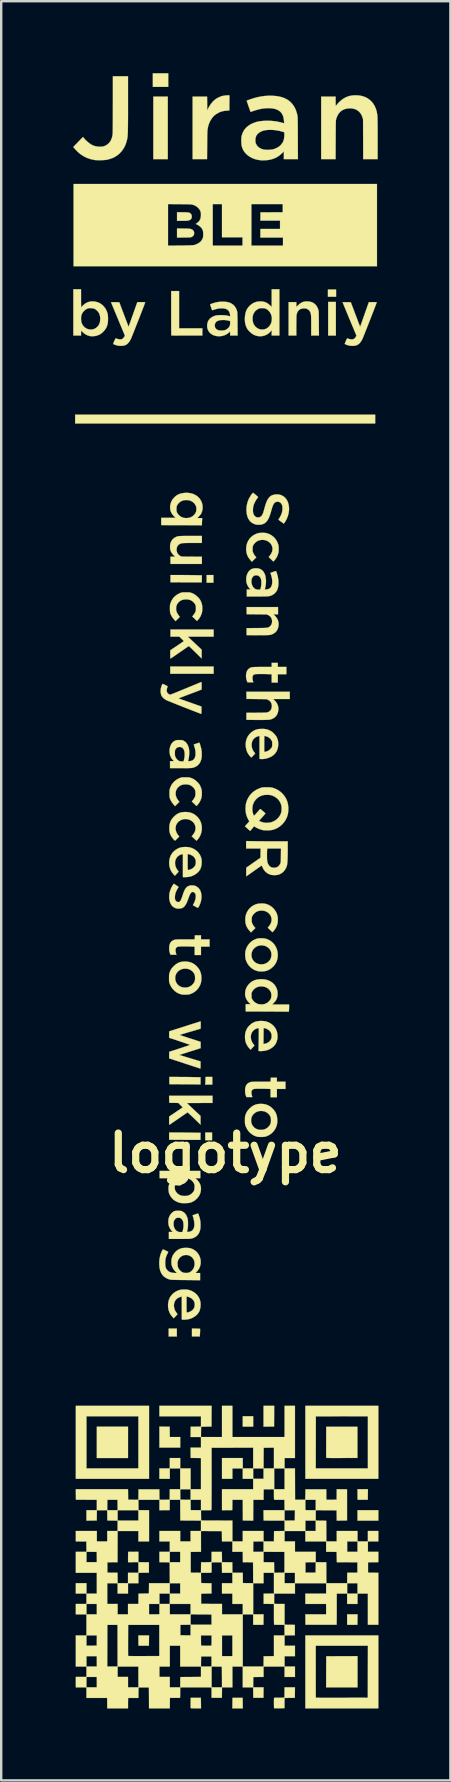
<source format=kicad_pcb>
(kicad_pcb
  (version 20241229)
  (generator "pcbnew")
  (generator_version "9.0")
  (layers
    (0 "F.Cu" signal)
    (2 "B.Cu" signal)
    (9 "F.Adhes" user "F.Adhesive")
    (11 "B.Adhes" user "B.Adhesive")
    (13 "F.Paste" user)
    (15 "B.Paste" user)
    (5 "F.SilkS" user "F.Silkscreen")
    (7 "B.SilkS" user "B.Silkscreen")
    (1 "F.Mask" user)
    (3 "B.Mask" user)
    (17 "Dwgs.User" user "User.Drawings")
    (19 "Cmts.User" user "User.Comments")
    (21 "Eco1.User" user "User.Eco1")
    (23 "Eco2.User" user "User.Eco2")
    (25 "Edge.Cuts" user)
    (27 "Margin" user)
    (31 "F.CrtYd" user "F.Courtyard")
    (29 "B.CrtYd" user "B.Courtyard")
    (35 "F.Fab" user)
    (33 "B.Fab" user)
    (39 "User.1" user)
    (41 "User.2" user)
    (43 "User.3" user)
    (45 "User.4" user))
  (footprint "logotype"
    (layer "F.Cu")
    (at 6.343 45.006)
    (property "Reference" "logotype" (at 0 0 0) (layer "F.SilkS") (effects (font (size 1.524 1.524) (thickness 0.3))))
    (attr through_hole)
    (fp_poly (pts (xy -6.232 18.358) (xy -6.232 17.925) (xy -5.79 17.925) (xy -5.79 18.358) (xy -6.232 18.358)) (stroke (width 0.01) (type solid)) (fill yes) (layer "F.SilkS"))
    (fp_poly (pts (xy -4.058 12.709) (xy -5.357 12.709) (xy -5.357 11.401) (xy -4.058 11.401) (xy -4.058 12.709)) (stroke (width 0.01) (type solid)) (fill yes) (layer "F.SilkS"))
    (fp_poly (pts (xy -4.058 18.358) (xy -4.491 18.358) (xy -4.491 17.925) (xy -4.058 17.925) (xy -4.058 18.358)) (stroke (width 0.01) (type solid)) (fill yes) (layer "F.SilkS"))
    (fp_poly (pts (xy -2.401 -41.423) (xy -3.003 -41.423) (xy -3.003 -44.031) (xy -2.401 -44.031) (xy -2.401 -41.423)) (stroke (width 0.01) (type solid)) (fill yes) (layer "F.SilkS"))
    (fp_poly (pts (xy -2.382 -44.436) (xy -3.022 -44.436) (xy -3.022 -45.001) (xy -2.382 -45.001) (xy -2.382 -44.436)) (stroke (width 0.01) (type solid)) (fill yes) (layer "F.SilkS"))
    (fp_poly (pts (xy -2.316 12.709) (xy -1.883 12.709) (xy -1.883 13.142) (xy -2.316 13.142) (xy -2.316 12.709)) (stroke (width 0.01) (type solid)) (fill yes) (layer "F.SilkS"))
    (fp_poly (pts (xy -2.316 13.576) (xy -2.749 13.576) (xy -2.749 13.142) (xy -2.316 13.142) (xy -2.316 13.576)) (stroke (width 0.01) (type solid)) (fill yes) (layer "F.SilkS"))
    (fp_poly (pts (xy -2.024 7.644) (xy -2.363 7.644) (xy -2.363 7.315) (xy -2.024 7.315) (xy -2.024 7.644)) (stroke (width 0.01) (type solid)) (fill yes) (layer "F.SilkS"))
    (fp_poly (pts (xy -1.883 14.009) (xy -1.883 13.142) (xy -1.45 13.142) (xy -1.45 14.009) (xy -1.883 14.009)) (stroke (width 0.01) (type solid)) (fill yes) (layer "F.SilkS"))
    (fp_poly (pts (xy -0.555 -0.537) (xy -0.838 -0.537) (xy -0.838 -0.857) (xy -0.555 -0.857) (xy -0.555 -0.537)) (stroke (width 0.01) (type solid)) (fill yes) (layer "F.SilkS"))
    (fp_poly (pts (xy -0.499 -23.771) (xy -0.781 -23.771) (xy -0.781 -24.091) (xy -0.499 -24.091) (xy -0.499 -23.771)) (stroke (width 0.01) (type solid)) (fill yes) (layer "F.SilkS"))
    (fp_poly (pts (xy -0.49 -19.977) (xy -2.297 -19.977) (xy -2.297 -20.279) (xy -0.49 -20.279) (xy -0.49 -19.977)) (stroke (width 0.01) (type solid)) (fill yes) (layer "F.SilkS"))
    (fp_poly (pts (xy 1.158 11.401) (xy 0.725 11.401) (xy 0.725 10.968) (xy 1.158 10.968) (xy 1.158 11.401)) (stroke (width 0.01) (type solid)) (fill yes) (layer "F.SilkS"))
    (fp_poly (pts (xy 1.158 13.576) (xy 0.725 13.576) (xy 0.725 13.142) (xy 1.158 13.142) (xy 1.158 13.576)) (stroke (width 0.01) (type solid)) (fill yes) (layer "F.SilkS"))
    (fp_poly (pts (xy 2.9 21.832) (xy 2.467 21.832) (xy 2.467 21.399) (xy 2.9 21.399) (xy 2.9 21.832)) (stroke (width 0.01) (type solid)) (fill yes) (layer "F.SilkS"))
    (fp_poly (pts (xy 4.604 -34.071) (xy 4.284 -34.071) (xy 4.284 -35.473) (xy 4.604 -35.473) (xy 4.604 -34.071)) (stroke (width 0.01) (type solid)) (fill yes) (layer "F.SilkS"))
    (fp_poly (pts (xy 4.613 -35.69) (xy 4.274 -35.69) (xy 4.274 -35.991) (xy 4.613 -35.991) (xy 4.613 -35.69)) (stroke (width 0.01) (type solid)) (fill yes) (layer "F.SilkS"))
    (fp_poly (pts (xy 5.94 15.75) (xy 6.374 15.75) (xy 6.374 16.183) (xy 5.94 16.183) (xy 5.94 15.75)) (stroke (width 0.01) (type solid)) (fill yes) (layer "F.SilkS"))
    (fp_poly (pts (xy 6.242 -30.408) (xy -6.261 -30.408) (xy -6.261 -30.776) (xy 6.242 -30.776) (xy 6.242 -30.408)) (stroke (width 0.01) (type solid)) (fill yes) (layer "F.SilkS"))
    (fp_poly (pts (xy 6.374 15.317) (xy 5.507 15.317) (xy 5.507 14.884) (xy 6.374 14.884) (xy 6.374 15.317)) (stroke (width 0.01) (type solid)) (fill yes) (layer "F.SilkS"))
    (fp_poly (pts (xy 5.507 22.265) (xy 4.199 22.265) (xy 4.201 21.618) (xy 4.204 20.971) (xy 5.507 20.966) (xy 5.507 22.265)) (stroke (width 0.01) (type solid)) (fill yes) (layer "F.SilkS"))
    (fp_poly (pts (xy 0.723 22.922) (xy 0.725 23.141) (xy 0.291 23.141) (xy 0.294 22.922) (xy 0.297 22.703) (xy 0.72 22.703) (xy 0.723 22.922)) (stroke (width 0.01) (type solid)) (fill yes) (layer "F.SilkS"))
    (fp_poly (pts (xy 0.725 13.142) (xy 0.292 13.142) (xy 0.292 13.576) (xy -0.141 13.576) (xy -0.141 12.709) (xy 0.725 12.709) (xy 0.725 13.142)) (stroke (width 0.01) (type solid)) (fill yes) (layer "F.SilkS"))
    (fp_poly (pts (xy 1.589 22.484) (xy 1.586 22.703) (xy 1.163 22.703) (xy 1.16 22.484) (xy 1.158 22.265) (xy 1.591 22.265) (xy 1.589 22.484)) (stroke (width 0.01) (type solid)) (fill yes) (layer "F.SilkS"))
    (fp_poly (pts (xy 2.031 10.965) (xy 2.029 11.396) (xy 1.81 11.399) (xy 1.591 11.401) (xy 1.591 10.535) (xy 2.034 10.535) (xy 2.031 10.965)) (stroke (width 0.01) (type solid)) (fill yes) (layer "F.SilkS"))
    (fp_poly (pts (xy -2.535 11.403) (xy -2.321 11.406) (xy -2.316 11.834) (xy -1.883 11.834) (xy -1.883 12.276) (xy -2.749 12.276) (xy -2.749 11.4) (xy -2.535 11.403)) (stroke (width 0.01) (type solid)) (fill yes) (layer "F.SilkS"))
    (fp_poly (pts (xy -0.546 -2.853) (xy -0.841 -2.853) (xy -0.835 -2.925) (xy -0.832 -2.969) (xy -0.83 -3.023) (xy -0.829 -3.075) (xy -0.828 -3.085) (xy -0.828 -3.173) (xy -0.546 -3.173) (xy -0.546 -2.853)) (stroke (width 0.01) (type solid)) (fill yes) (layer "F.SilkS"))
    (fp_poly (pts (xy -4.058 17.492) (xy -3.625 17.492) (xy -3.625 17.049) (xy -3.406 17.052) (xy -3.187 17.054) (xy -3.187 17.487) (xy -3.406 17.49) (xy -3.625 17.492) (xy -3.625 17.925) (xy -4.058 17.925) (xy -4.058 17.492)) (stroke (width 0.01) (type solid)) (fill yes) (layer "F.SilkS"))
    (fp_poly (pts (xy -3.182 13.576) (xy -6.232 13.576) (xy -6.232 10.968) (xy -5.79 10.968) (xy -5.79 13.142) (xy -3.625 13.142) (xy -3.625 10.968) (xy -5.79 10.968) (xy -6.232 10.968) (xy -6.232 10.535) (xy -3.182 10.535) (xy -3.182 13.576)) (stroke (width 0.01) (type solid)) (fill yes) (layer "F.SilkS"))
    (fp_poly (pts (xy 6.374 13.576) (xy 3.333 13.576) (xy 3.333 13.142) (xy 3.766 13.142) (xy 5.94 13.142) (xy 5.94 10.968) (xy 4.855 10.97) (xy 3.77 10.972) (xy 3.768 12.057) (xy 3.766 13.142) (xy 3.333 13.142) (xy 3.333 10.535) (xy 6.374 10.535) (xy 6.374 13.576)) (stroke (width 0.01) (type solid)) (fill yes) (layer "F.SilkS"))
    (fp_poly (pts (xy -0.577 10.965) (xy -0.579 11.396) (xy -0.796 11.401) (xy -1.012 11.406) (xy -1.015 11.62) (xy -1.017 11.834) (xy -1.45 11.834) (xy -1.445 11.406) (xy -1.231 11.403) (xy -1.017 11.4) (xy -1.017 10.968) (xy -2.749 10.968) (xy -2.749 10.535) (xy -0.574 10.535) (xy -0.577 10.965)) (stroke (width 0.01) (type solid)) (fill yes) (layer "F.SilkS"))
    (fp_poly (pts (xy -1.259 7.315) (xy -1.208 7.316) (xy -1.16 7.317) (xy -1.12 7.318) (xy -1.094 7.32) (xy -1.09 7.321) (xy -1.054 7.327) (xy -1.054 7.394) (xy -1.055 7.435) (xy -1.057 7.486) (xy -1.06 7.537) (xy -1.061 7.553) (xy -1.067 7.644) (xy -1.393 7.644) (xy -1.393 7.315) (xy -1.259 7.315)) (stroke (width 0.01) (type solid)) (fill yes) (layer "F.SilkS"))
    (fp_poly (pts (xy -3.187 20.528) (xy -3.399 20.531) (xy -3.461 20.531) (xy -3.516 20.531) (xy -3.562 20.53) (xy -3.596 20.529) (xy -3.615 20.528) (xy -3.618 20.527) (xy -3.62 20.516) (xy -3.622 20.489) (xy -3.623 20.449) (xy -3.624 20.398) (xy -3.624 20.339) (xy -3.625 20.31) (xy -3.625 20.1) (xy -3.182 20.1) (xy -3.187 20.528)) (stroke (width 0.01) (type solid)) (fill yes) (layer "F.SilkS"))
    (fp_poly (pts (xy 1.591 19.224) (xy 1.586 19.658) (xy 1.376 19.66) (xy 1.315 19.66) (xy 1.261 19.66) (xy 1.216 19.66) (xy 1.183 19.659) (xy 1.165 19.659) (xy 1.162 19.658) (xy 1.161 19.648) (xy 1.16 19.622) (xy 1.159 19.582) (xy 1.158 19.532) (xy 1.158 19.473) (xy 1.158 19.439) (xy 1.158 19.224) (xy 1.591 19.224)) (stroke (width 0.01) (type solid)) (fill yes) (layer "F.SilkS"))
    (fp_poly (pts (xy 5.505 19.441) (xy 5.503 19.658) (xy 5.292 19.66) (xy 5.232 19.66) (xy 5.177 19.66) (xy 5.132 19.66) (xy 5.099 19.659) (xy 5.081 19.659) (xy 5.078 19.658) (xy 5.077 19.648) (xy 5.076 19.622) (xy 5.075 19.582) (xy 5.075 19.532) (xy 5.074 19.473) (xy 5.074 19.439) (xy 5.074 19.224) (xy 5.508 19.224) (xy 5.505 19.441)) (stroke (width 0.01) (type solid)) (fill yes) (layer "F.SilkS"))
    (fp_poly (pts (xy 5.938 14.227) (xy 5.936 14.446) (xy 5.728 14.449) (xy 5.667 14.449) (xy 5.613 14.449) (xy 5.568 14.449) (xy 5.535 14.447) (xy 5.517 14.446) (xy 5.514 14.445) (xy 5.512 14.434) (xy 5.51 14.407) (xy 5.509 14.367) (xy 5.508 14.316) (xy 5.507 14.257) (xy 5.507 14.224) (xy 5.507 14.009) (xy 5.941 14.009) (xy 5.938 14.227)) (stroke (width 0.01) (type solid)) (fill yes) (layer "F.SilkS"))
    (fp_poly (pts (xy -3.625 17.049) (xy -3.829 17.049) (xy -3.89 17.05) (xy -3.945 17.05) (xy -3.99 17.05) (xy -4.024 17.05) (xy -4.043 17.05) (xy -4.046 17.05) (xy -4.05 17.046) (xy -4.053 17.033) (xy -4.055 17.009) (xy -4.056 16.972) (xy -4.056 16.921) (xy -4.056 16.853) (xy -4.055 16.835) (xy -4.053 16.621) (xy -3.839 16.619) (xy -3.625 16.616) (xy -3.625 17.049)) (stroke (width 0.01) (type solid)) (fill yes) (layer "F.SilkS"))
    (fp_poly (pts (xy -1.019 22.922) (xy -1.016 23.141) (xy -1.229 23.141) (xy -1.301 23.14) (xy -1.357 23.139) (xy -1.397 23.138) (xy -1.424 23.136) (xy -1.44 23.133) (xy -1.446 23.129) (xy -1.446 23.129) (xy -1.447 23.116) (xy -1.448 23.087) (xy -1.448 23.046) (xy -1.448 22.994) (xy -1.448 22.935) (xy -1.448 22.91) (xy -1.445 22.703) (xy -1.021 22.703) (xy -1.019 22.922)) (stroke (width 0.01) (type solid)) (fill yes) (layer "F.SilkS"))
    (fp_poly (pts (xy 2.467 15.317) (xy 2.035 15.317) (xy 1.947 15.317) (xy 1.864 15.317) (xy 1.789 15.316) (xy 1.724 15.315) (xy 1.67 15.314) (xy 1.63 15.313) (xy 1.605 15.312) (xy 1.597 15.311) (xy 1.595 15.3) (xy 1.594 15.273) (xy 1.593 15.233) (xy 1.592 15.182) (xy 1.591 15.124) (xy 1.591 15.094) (xy 1.591 14.884) (xy 2.467 14.884) (xy 2.467 15.317)) (stroke (width 0.01) (type solid)) (fill yes) (layer "F.SilkS"))
    (fp_poly (pts (xy -1.935 -3.172) (xy -1.832 -3.172) (xy -1.721 -3.171) (xy -1.608 -3.17) (xy -1.499 -3.168) (xy -1.398 -3.167) (xy -1.376 -3.166) (xy -1.036 -3.16) (xy -1.036 -2.862) (xy -1.311 -2.864) (xy -1.387 -2.865) (xy -1.478 -2.866) (xy -1.579 -2.866) (xy -1.684 -2.867) (xy -1.791 -2.868) (xy -1.893 -2.869) (xy -1.961 -2.869) (xy -2.335 -2.872) (xy -2.335 -3.173) (xy -2.026 -3.173) (xy -1.935 -3.172)) (stroke (width 0.01) (type solid)) (fill yes) (layer "F.SilkS"))
    (fp_poly (pts (xy -1.882 -24.091) (xy -1.778 -24.091) (xy -1.665 -24.09) (xy -1.552 -24.089) (xy -1.441 -24.087) (xy -1.341 -24.086) (xy -1.319 -24.085) (xy -0.979 -24.079) (xy -0.984 -23.785) (xy -1.257 -23.785) (xy -1.332 -23.785) (xy -1.422 -23.785) (xy -1.522 -23.786) (xy -1.627 -23.786) (xy -1.733 -23.787) (xy -1.836 -23.787) (xy -1.909 -23.788) (xy -2.288 -23.79) (xy -2.288 -24.091) (xy -1.974 -24.091) (xy -1.882 -24.091)) (stroke (width 0.01) (type solid)) (fill yes) (layer "F.SilkS"))
    (fp_poly (pts (xy -1.939 -0.857) (xy -1.834 -0.856) (xy -1.722 -0.855) (xy -1.608 -0.854) (xy -1.498 -0.852) (xy -1.397 -0.851) (xy -1.376 -0.85) (xy -1.035 -0.844) (xy -1.038 -0.697) (xy -1.04 -0.551) (xy -1.313 -0.551) (xy -1.389 -0.551) (xy -1.478 -0.551) (xy -1.578 -0.551) (xy -1.683 -0.551) (xy -1.79 -0.552) (xy -1.892 -0.553) (xy -1.965 -0.553) (xy -2.344 -0.556) (xy -2.344 -0.857) (xy -2.03 -0.857) (xy -1.939 -0.857)) (stroke (width 0.01) (type solid)) (fill yes) (layer "F.SilkS"))
    (fp_poly (pts (xy 5.503 12.705) (xy 4.855 12.707) (xy 4.724 12.708) (xy 4.611 12.708) (xy 4.514 12.708) (xy 4.433 12.708) (xy 4.366 12.707) (xy 4.312 12.706) (xy 4.27 12.705) (xy 4.24 12.704) (xy 4.219 12.702) (xy 4.207 12.7) (xy 4.203 12.698) (xy 4.202 12.687) (xy 4.202 12.658) (xy 4.201 12.614) (xy 4.201 12.556) (xy 4.201 12.485) (xy 4.2 12.403) (xy 4.2 12.312) (xy 4.201 12.213) (xy 4.201 12.107) (xy 4.201 12.046) (xy 4.204 11.406) (xy 5.503 11.406) (xy 5.503 12.705)) (stroke (width 0.01) (type solid)) (fill yes) (layer "F.SilkS"))
    (fp_poly (pts (xy -1.739 -39.21) (xy -1.678 -39.209) (xy -1.624 -39.207) (xy -1.581 -39.205) (xy -1.551 -39.202) (xy -1.545 -39.201) (xy -1.486 -39.181) (xy -1.442 -39.15) (xy -1.414 -39.108) (xy -1.401 -39.055) (xy -1.4 -39.033) (xy -1.405 -38.979) (xy -1.424 -38.936) (xy -1.456 -38.903) (xy -1.505 -38.878) (xy -1.534 -38.868) (xy -1.556 -38.863) (xy -1.583 -38.859) (xy -1.617 -38.856) (xy -1.663 -38.854) (xy -1.721 -38.853) (xy -1.796 -38.853) (xy -1.8 -38.853) (xy -2.015 -38.853) (xy -2.015 -39.211) (xy -1.803 -39.211) (xy -1.739 -39.21)) (stroke (width 0.01) (type solid)) (fill yes) (layer "F.SilkS"))
    (fp_poly (pts (xy -1.93 -34.372) (xy -0.96 -34.372) (xy -0.96 -34.071) (xy -1.604 -34.071) (xy -1.712 -34.071) (xy -1.815 -34.071) (xy -1.91 -34.071) (xy -1.998 -34.072) (xy -2.074 -34.073) (xy -2.14 -34.073) (xy -2.192 -34.074) (xy -2.229 -34.075) (xy -2.249 -34.076) (xy -2.253 -34.077) (xy -2.254 -34.087) (xy -2.255 -34.115) (xy -2.256 -34.159) (xy -2.256 -34.217) (xy -2.257 -34.29) (xy -2.258 -34.375) (xy -2.258 -34.471) (xy -2.259 -34.577) (xy -2.259 -34.691) (xy -2.259 -34.813) (xy -2.259 -34.941) (xy -2.259 -35.004) (xy -2.259 -35.925) (xy -1.93 -35.925) (xy -1.93 -34.372)) (stroke (width 0.01) (type solid)) (fill yes) (layer "F.SilkS"))
    (fp_poly (pts (xy -1.749 -38.531) (xy -1.667 -38.529) (xy -1.601 -38.528) (xy -1.549 -38.526) (xy -1.509 -38.523) (xy -1.478 -38.52) (xy -1.454 -38.516) (xy -1.435 -38.511) (xy -1.431 -38.51) (xy -1.377 -38.484) (xy -1.336 -38.447) (xy -1.31 -38.4) (xy -1.301 -38.346) (xy -1.303 -38.313) (xy -1.319 -38.26) (xy -1.351 -38.217) (xy -1.398 -38.185) (xy -1.412 -38.178) (xy -1.425 -38.173) (xy -1.44 -38.169) (xy -1.458 -38.166) (xy -1.483 -38.163) (xy -1.517 -38.162) (xy -1.562 -38.16) (xy -1.619 -38.16) (xy -1.693 -38.159) (xy -1.73 -38.158) (xy -2.015 -38.155) (xy -2.015 -38.535) (xy -1.749 -38.531)) (stroke (width 0.01) (type solid)) (fill yes) (layer "F.SilkS"))
    (fp_poly (pts (xy -1.881 14.227) (xy -1.878 14.446) (xy -1.664 14.449) (xy -1.45 14.451) (xy -1.448 14.665) (xy -1.445 14.879) (xy -1.017 14.884) (xy -1.012 15.312) (xy 0.292 15.317) (xy 0.292 16.183) (xy -0.141 16.183) (xy -0.146 15.755) (xy -0.581 15.753) (xy -1.017 15.75) (xy -1.017 15.317) (xy -1.447 15.315) (xy -1.878 15.312) (xy -1.881 14.882) (xy -1.883 14.451) (xy -2.316 14.451) (xy -2.321 14.879) (xy -2.535 14.882) (xy -2.749 14.884) (xy -2.749 14.451) (xy -3.625 14.451) (xy -3.622 14.232) (xy -3.62 14.013) (xy -2.754 14.013) (xy -2.751 14.232) (xy -2.749 14.451) (xy -2.535 14.449) (xy -2.321 14.446) (xy -2.318 14.227) (xy -2.316 14.009) (xy -1.883 14.009) (xy -1.881 14.227)) (stroke (width 0.01) (type solid)) (fill yes) (layer "F.SilkS"))
    (fp_poly (pts (xy 2.897 22.484) (xy 2.895 22.703) (xy 2.467 22.708) (xy 2.462 23.136) (xy 2.249 23.138) (xy 2.188 23.139) (xy 2.133 23.139) (xy 2.087 23.138) (xy 2.053 23.137) (xy 2.034 23.135) (xy 2.031 23.134) (xy 2.029 23.124) (xy 2.027 23.097) (xy 2.026 23.056) (xy 2.025 23.006) (xy 2.024 22.947) (xy 2.024 22.919) (xy 2.024 22.85) (xy 2.025 22.798) (xy 2.026 22.76) (xy 2.027 22.734) (xy 2.03 22.718) (xy 2.034 22.708) (xy 2.039 22.704) (xy 2.04 22.703) (xy 2.054 22.702) (xy 2.083 22.7) (xy 2.126 22.699) (xy 2.178 22.699) (xy 2.237 22.698) (xy 2.259 22.698) (xy 2.462 22.699) (xy 2.464 22.482) (xy 2.467 22.265) (xy 2.9 22.265) (xy 2.897 22.484)) (stroke (width 0.01) (type solid)) (fill yes) (layer "F.SilkS"))
    (fp_poly (pts (xy 6.374 23.141) (xy 3.333 23.141) (xy 3.333 20.533) (xy 3.766 20.533) (xy 3.766 21.614) (xy 3.766 21.755) (xy 3.766 21.891) (xy 3.766 22.02) (xy 3.766 22.142) (xy 3.767 22.254) (xy 3.767 22.357) (xy 3.767 22.449) (xy 3.768 22.528) (xy 3.768 22.593) (xy 3.768 22.644) (xy 3.769 22.679) (xy 3.769 22.697) (xy 3.77 22.699) (xy 3.779 22.699) (xy 3.807 22.7) (xy 3.851 22.7) (xy 3.91 22.7) (xy 3.983 22.701) (xy 4.069 22.701) (xy 4.167 22.701) (xy 4.275 22.701) (xy 4.393 22.701) (xy 4.519 22.701) (xy 4.652 22.701) (xy 4.791 22.701) (xy 4.855 22.701) (xy 5.936 22.698) (xy 5.941 20.533) (xy 3.766 20.533) (xy 3.333 20.533) (xy 3.333 20.1) (xy 6.374 20.1) (xy 6.374 23.141)) (stroke (width 0.01) (type solid)) (fill yes) (layer "F.SilkS"))
    (fp_poly (pts (xy -0.537 -2.09) (xy -1.072 -2.088) (xy -1.608 -2.085) (xy -1.036 -1.549) (xy -1.036 -1.367) (xy -1.036 -1.184) (xy -1.3 -1.442) (xy -1.359 -1.499) (xy -1.413 -1.551) (xy -1.463 -1.597) (xy -1.505 -1.636) (xy -1.538 -1.667) (xy -1.561 -1.687) (xy -1.573 -1.696) (xy -1.574 -1.697) (xy -1.584 -1.691) (xy -1.607 -1.675) (xy -1.643 -1.651) (xy -1.69 -1.62) (xy -1.746 -1.582) (xy -1.809 -1.538) (xy -1.879 -1.49) (xy -1.954 -1.439) (xy -1.959 -1.435) (xy -2.033 -1.384) (xy -2.103 -1.336) (xy -2.167 -1.292) (xy -2.223 -1.254) (xy -2.27 -1.222) (xy -2.305 -1.198) (xy -2.329 -1.183) (xy -2.339 -1.177) (xy -2.339 -1.177) (xy -2.34 -1.186) (xy -2.342 -1.211) (xy -2.343 -1.248) (xy -2.344 -1.296) (xy -2.344 -1.349) (xy -2.344 -1.521) (xy -1.778 -1.905) (xy -1.87 -1.997) (xy -1.962 -2.09) (xy -2.151 -2.092) (xy -2.339 -2.095) (xy -2.342 -2.243) (xy -2.345 -2.391) (xy -0.537 -2.391) (xy -0.537 -2.09)) (stroke (width 0.01) (type solid)) (fill yes) (layer "F.SilkS"))
    (fp_poly (pts (xy 2.184 -20.26) (xy 2.542 -20.26) (xy 2.542 -19.958) (xy 2.184 -19.958) (xy 2.184 -19.61) (xy 1.93 -19.61) (xy 1.93 -19.956) (xy 1.73 -19.963) (xy 1.657 -19.965) (xy 1.579 -19.967) (xy 1.502 -19.967) (xy 1.431 -19.967) (xy 1.379 -19.966) (xy 1.312 -19.964) (xy 1.261 -19.96) (xy 1.223 -19.954) (xy 1.195 -19.945) (xy 1.174 -19.932) (xy 1.158 -19.914) (xy 1.148 -19.899) (xy 1.136 -19.866) (xy 1.13 -19.82) (xy 1.13 -19.768) (xy 1.137 -19.716) (xy 1.148 -19.673) (xy 1.166 -19.62) (xy 0.922 -19.62) (xy 0.904 -19.662) (xy 0.883 -19.723) (xy 0.868 -19.793) (xy 0.86 -19.863) (xy 0.86 -19.925) (xy 0.874 -20.013) (xy 0.899 -20.086) (xy 0.935 -20.146) (xy 0.984 -20.193) (xy 0.995 -20.201) (xy 1.016 -20.214) (xy 1.037 -20.226) (xy 1.059 -20.235) (xy 1.084 -20.242) (xy 1.114 -20.248) (xy 1.152 -20.252) (xy 1.198 -20.256) (xy 1.255 -20.258) (xy 1.324 -20.259) (xy 1.408 -20.26) (xy 1.509 -20.26) (xy 1.541 -20.26) (xy 1.93 -20.26) (xy 1.93 -20.429) (xy 2.184 -20.429) (xy 2.184 -20.26)) (stroke (width 0.01) (type solid)) (fill yes) (layer "F.SilkS"))
    (fp_poly (pts (xy -1.017 -8.906) (xy -0.659 -8.906) (xy -0.659 -8.605) (xy -1.017 -8.605) (xy -1.017 -8.256) (xy -1.28 -8.256) (xy -1.28 -8.602) (xy -1.423 -8.608) (xy -1.499 -8.611) (xy -1.577 -8.613) (xy -1.656 -8.614) (xy -1.732 -8.614) (xy -1.803 -8.613) (xy -1.865 -8.612) (xy -1.915 -8.609) (xy -1.952 -8.606) (xy -1.968 -8.604) (xy -2.015 -8.586) (xy -2.05 -8.557) (xy -2.071 -8.516) (xy -2.079 -8.463) (xy -2.074 -8.398) (xy -2.057 -8.319) (xy -2.047 -8.287) (xy -2.041 -8.266) (xy -2.286 -8.266) (xy -2.311 -8.334) (xy -2.326 -8.377) (xy -2.335 -8.421) (xy -2.34 -8.472) (xy -2.342 -8.5) (xy -2.341 -8.596) (xy -2.328 -8.678) (xy -2.302 -8.748) (xy -2.263 -8.804) (xy -2.21 -8.848) (xy -2.144 -8.881) (xy -2.104 -8.893) (xy -2.086 -8.897) (xy -2.06 -8.899) (xy -2.024 -8.902) (xy -1.976 -8.903) (xy -1.915 -8.905) (xy -1.839 -8.905) (xy -1.747 -8.906) (xy -1.67 -8.906) (xy -1.283 -8.906) (xy -1.277 -8.955) (xy -1.273 -8.992) (xy -1.271 -9.028) (xy -1.271 -9.04) (xy -1.271 -9.075) (xy -1.017 -9.075) (xy -1.017 -8.906)) (stroke (width 0.01) (type solid)) (fill yes) (layer "F.SilkS"))
    (fp_poly (pts (xy -0.49 -21.521) (xy -1.563 -21.521) (xy -0.989 -20.98) (xy -0.989 -20.615) (xy -1.253 -20.875) (xy -1.311 -20.932) (xy -1.366 -20.985) (xy -1.415 -21.031) (xy -1.456 -21.07) (xy -1.49 -21.101) (xy -1.514 -21.121) (xy -1.526 -21.129) (xy -1.527 -21.129) (xy -1.537 -21.123) (xy -1.56 -21.107) (xy -1.596 -21.082) (xy -1.643 -21.05) (xy -1.699 -21.012) (xy -1.762 -20.968) (xy -1.832 -20.92) (xy -1.905 -20.869) (xy -1.98 -20.818) (xy -2.049 -20.77) (xy -2.113 -20.726) (xy -2.169 -20.688) (xy -2.216 -20.656) (xy -2.252 -20.632) (xy -2.276 -20.617) (xy -2.285 -20.611) (xy -2.29 -20.613) (xy -2.293 -20.625) (xy -2.295 -20.649) (xy -2.296 -20.687) (xy -2.297 -20.741) (xy -2.297 -20.779) (xy -2.297 -20.952) (xy -2.018 -21.14) (xy -1.954 -21.184) (xy -1.895 -21.224) (xy -1.842 -21.26) (xy -1.798 -21.291) (xy -1.764 -21.314) (xy -1.743 -21.329) (xy -1.736 -21.335) (xy -1.74 -21.344) (xy -1.757 -21.363) (xy -1.782 -21.39) (xy -1.814 -21.422) (xy -1.824 -21.431) (xy -1.916 -21.521) (xy -2.288 -21.521) (xy -2.288 -21.823) (xy -0.49 -21.823) (xy -0.49 -21.521)) (stroke (width 0.01) (type solid)) (fill yes) (layer "F.SilkS"))
    (fp_poly (pts (xy 0.147 -44.083) (xy 0.17 -44.078) (xy 0.167 -43.765) (xy 0.165 -43.452) (xy 0.056 -43.445) (xy -0.05 -43.434) (xy -0.145 -43.414) (xy -0.235 -43.382) (xy -0.287 -43.358) (xy -0.389 -43.298) (xy -0.477 -43.227) (xy -0.552 -43.142) (xy -0.617 -43.043) (xy -0.64 -43) (xy -0.674 -42.926) (xy -0.7 -42.852) (xy -0.722 -42.772) (xy -0.74 -42.679) (xy -0.741 -42.675) (xy -0.744 -42.653) (xy -0.747 -42.627) (xy -0.749 -42.595) (xy -0.751 -42.557) (xy -0.753 -42.509) (xy -0.755 -42.452) (xy -0.756 -42.383) (xy -0.757 -42.3) (xy -0.758 -42.203) (xy -0.759 -42.09) (xy -0.76 -42.005) (xy -0.764 -41.423) (xy -1.365 -41.423) (xy -1.365 -44.031) (xy -0.763 -44.031) (xy -0.76 -43.742) (xy -0.758 -43.452) (xy -0.723 -43.526) (xy -0.663 -43.636) (xy -0.593 -43.738) (xy -0.517 -43.828) (xy -0.436 -43.903) (xy -0.42 -43.915) (xy -0.369 -43.949) (xy -0.307 -43.984) (xy -0.241 -44.015) (xy -0.177 -44.041) (xy -0.135 -44.054) (xy -0.098 -44.062) (xy -0.052 -44.069) (xy -0.002 -44.076) (xy 0.048 -44.081) (xy 0.092 -44.084) (xy 0.127 -44.085) (xy 0.147 -44.083)) (stroke (width 0.01) (type solid)) (fill yes) (layer "F.SilkS"))
    (fp_poly (pts (xy 2.146 -2.975) (xy 2.504 -2.975) (xy 2.504 -2.674) (xy 2.146 -2.674) (xy 2.146 -2.325) (xy 1.883 -2.325) (xy 1.883 -2.671) (xy 1.74 -2.677) (xy 1.664 -2.68) (xy 1.586 -2.681) (xy 1.507 -2.682) (xy 1.431 -2.683) (xy 1.361 -2.682) (xy 1.299 -2.681) (xy 1.248 -2.678) (xy 1.211 -2.675) (xy 1.196 -2.673) (xy 1.148 -2.655) (xy 1.113 -2.626) (xy 1.092 -2.585) (xy 1.084 -2.532) (xy 1.089 -2.467) (xy 1.106 -2.388) (xy 1.116 -2.356) (xy 1.123 -2.335) (xy 0.878 -2.335) (xy 0.852 -2.403) (xy 0.838 -2.446) (xy 0.828 -2.49) (xy 0.823 -2.541) (xy 0.821 -2.569) (xy 0.822 -2.665) (xy 0.836 -2.747) (xy 0.862 -2.816) (xy 0.901 -2.873) (xy 0.953 -2.917) (xy 1.02 -2.95) (xy 1.059 -2.962) (xy 1.077 -2.966) (xy 1.103 -2.968) (xy 1.139 -2.971) (xy 1.187 -2.972) (xy 1.248 -2.973) (xy 1.324 -2.974) (xy 1.416 -2.975) (xy 1.493 -2.975) (xy 1.88 -2.975) (xy 1.886 -3.024) (xy 1.89 -3.061) (xy 1.892 -3.097) (xy 1.892 -3.109) (xy 1.892 -3.144) (xy 2.146 -3.144) (xy 2.146 -2.975)) (stroke (width 0.01) (type solid)) (fill yes) (layer "F.SilkS"))
    (fp_poly (pts (xy 2.194 -22.453) (xy 2.003 -22.453) (xy 2.068 -22.389) (xy 2.132 -22.314) (xy 2.179 -22.232) (xy 2.208 -22.146) (xy 2.219 -22.055) (xy 2.217 -22.003) (xy 2.201 -21.907) (xy 2.171 -21.822) (xy 2.126 -21.75) (xy 2.067 -21.69) (xy 1.994 -21.642) (xy 1.906 -21.606) (xy 1.885 -21.6) (xy 1.853 -21.594) (xy 1.802 -21.59) (xy 1.733 -21.586) (xy 1.645 -21.584) (xy 1.537 -21.582) (xy 1.411 -21.582) (xy 1.267 -21.583) (xy 1.123 -21.584) (xy 0.885 -21.587) (xy 0.885 -21.878) (xy 1.306 -21.881) (xy 1.411 -21.882) (xy 1.498 -21.883) (xy 1.571 -21.884) (xy 1.63 -21.886) (xy 1.677 -21.888) (xy 1.715 -21.891) (xy 1.745 -21.895) (xy 1.769 -21.901) (xy 1.789 -21.907) (xy 1.806 -21.916) (xy 1.823 -21.926) (xy 1.842 -21.938) (xy 1.842 -21.938) (xy 1.887 -21.979) (xy 1.919 -22.031) (xy 1.94 -22.091) (xy 1.947 -22.156) (xy 1.942 -22.221) (xy 1.923 -22.284) (xy 1.89 -22.341) (xy 1.889 -22.342) (xy 1.849 -22.381) (xy 1.794 -22.416) (xy 1.729 -22.449) (xy 1.31 -22.453) (xy 0.89 -22.458) (xy 0.887 -22.606) (xy 0.884 -22.755) (xy 2.194 -22.755) (xy 2.194 -22.453)) (stroke (width 0.01) (type solid)) (fill yes) (layer "F.SilkS"))
    (fp_poly (pts (xy 2.683 -18.923) (xy 1.994 -18.923) (xy 2.058 -18.859) (xy 2.123 -18.783) (xy 2.17 -18.702) (xy 2.199 -18.615) (xy 2.21 -18.524) (xy 2.208 -18.473) (xy 2.192 -18.376) (xy 2.162 -18.292) (xy 2.117 -18.22) (xy 2.058 -18.16) (xy 1.985 -18.112) (xy 1.897 -18.076) (xy 1.876 -18.07) (xy 1.844 -18.064) (xy 1.793 -18.059) (xy 1.723 -18.056) (xy 1.635 -18.053) (xy 1.528 -18.052) (xy 1.402 -18.051) (xy 1.257 -18.052) (xy 1.113 -18.054) (xy 0.876 -18.057) (xy 0.876 -18.348) (xy 1.297 -18.351) (xy 1.401 -18.352) (xy 1.489 -18.353) (xy 1.561 -18.354) (xy 1.62 -18.356) (xy 1.668 -18.358) (xy 1.706 -18.361) (xy 1.736 -18.365) (xy 1.76 -18.37) (xy 1.779 -18.377) (xy 1.797 -18.385) (xy 1.814 -18.395) (xy 1.832 -18.408) (xy 1.833 -18.408) (xy 1.877 -18.448) (xy 1.91 -18.501) (xy 1.93 -18.561) (xy 1.938 -18.625) (xy 1.932 -18.691) (xy 1.913 -18.754) (xy 1.881 -18.811) (xy 1.88 -18.812) (xy 1.84 -18.851) (xy 1.785 -18.885) (xy 1.72 -18.918) (xy 1.3 -18.923) (xy 0.88 -18.928) (xy 0.878 -19.076) (xy 0.875 -19.224) (xy 2.683 -19.224) (xy 2.683 -18.923)) (stroke (width 0.01) (type solid)) (fill yes) (layer "F.SilkS"))
    (fp_poly (pts (xy 0.725 19.224) (xy 0.725 18.791) (xy 0.292 18.791) (xy 0.292 18.358) (xy -0.141 18.358) (xy -0.141 17.925) (xy 0.292 17.925) (xy 0.292 17.492) (xy -0.141 17.492) (xy -0.143 17.273) (xy -0.146 17.054) (xy -0.576 17.054) (xy -0.575 17.257) (xy -0.575 17.318) (xy -0.575 17.373) (xy -0.576 17.419) (xy -0.577 17.454) (xy -0.579 17.473) (xy -0.58 17.476) (xy -0.583 17.481) (xy -0.591 17.485) (xy -0.606 17.488) (xy -0.629 17.49) (xy -0.664 17.491) (xy -0.712 17.492) (xy -0.775 17.492) (xy -0.801 17.492) (xy -1.017 17.492) (xy -1.015 17.273) (xy -1.012 17.054) (xy -0.801 17.052) (xy -0.726 17.05) (xy -0.668 17.049) (xy -0.627 17.046) (xy -0.599 17.043) (xy -0.585 17.04) (xy -0.582 17.037) (xy -0.579 17.025) (xy -0.578 16.997) (xy -0.576 16.955) (xy -0.575 16.904) (xy -0.575 16.845) (xy -0.575 16.823) (xy -0.576 16.621) (xy -0.146 16.621) (xy -0.141 17.049) (xy 0.073 17.052) (xy 0.287 17.054) (xy 0.29 17.273) (xy 0.292 17.492) (xy 0.725 17.492) (xy 0.727 17.706) (xy 0.73 17.92) (xy 0.944 17.923) (xy 1.158 17.925) (xy 1.158 19.224) (xy 0.725 19.224)) (stroke (width 0.01) (type solid)) (fill yes) (layer "F.SilkS"))
    (fp_poly (pts (xy -0.979 -25.428) (xy -1.363 -25.428) (xy -1.467 -25.428) (xy -1.56 -25.427) (xy -1.64 -25.426) (xy -1.706 -25.424) (xy -1.757 -25.422) (xy -1.792 -25.42) (xy -1.803 -25.418) (xy -1.877 -25.397) (xy -1.938 -25.363) (xy -1.984 -25.317) (xy -2.015 -25.26) (xy -2.031 -25.192) (xy -2.034 -25.151) (xy -2.026 -25.073) (xy -2.002 -25.006) (xy -1.963 -24.949) (xy -1.909 -24.904) (xy -1.875 -24.885) (xy -1.822 -24.859) (xy -1.4 -24.856) (xy -0.979 -24.853) (xy -0.979 -24.553) (xy -2.288 -24.553) (xy -2.288 -24.854) (xy -2.09 -24.854) (xy -2.156 -24.916) (xy -2.197 -24.958) (xy -2.228 -24.998) (xy -2.255 -25.046) (xy -2.261 -25.057) (xy -2.279 -25.096) (xy -2.291 -25.126) (xy -2.298 -25.155) (xy -2.302 -25.189) (xy -2.305 -25.231) (xy -2.305 -25.308) (xy -2.298 -25.373) (xy -2.282 -25.434) (xy -2.258 -25.491) (xy -2.224 -25.547) (xy -2.175 -25.6) (xy -2.118 -25.645) (xy -2.078 -25.667) (xy -2.054 -25.679) (xy -2.032 -25.688) (xy -2.009 -25.696) (xy -1.985 -25.703) (xy -1.957 -25.708) (xy -1.923 -25.712) (xy -1.882 -25.715) (xy -1.832 -25.717) (xy -1.771 -25.719) (xy -1.698 -25.72) (xy -1.61 -25.72) (xy -1.506 -25.72) (xy -1.448 -25.72) (xy -0.979 -25.72) (xy -0.979 -25.428)) (stroke (width 0.01) (type solid)) (fill yes) (layer "F.SilkS"))
    (fp_poly (pts (xy 3.505 -35.487) (xy 3.596 -35.464) (xy 3.676 -35.425) (xy 3.745 -35.371) (xy 3.802 -35.303) (xy 3.847 -35.219) (xy 3.876 -35.139) (xy 3.879 -35.125) (xy 3.882 -35.108) (xy 3.885 -35.086) (xy 3.887 -35.059) (xy 3.889 -35.024) (xy 3.89 -34.98) (xy 3.892 -34.925) (xy 3.893 -34.858) (xy 3.894 -34.776) (xy 3.895 -34.679) (xy 3.895 -34.577) (xy 3.899 -34.071) (xy 3.577 -34.071) (xy 3.577 -34.478) (xy 3.577 -34.577) (xy 3.576 -34.668) (xy 3.575 -34.75) (xy 3.574 -34.82) (xy 3.572 -34.877) (xy 3.57 -34.92) (xy 3.568 -34.945) (xy 3.567 -34.946) (xy 3.548 -35.023) (xy 3.518 -35.085) (xy 3.476 -35.135) (xy 3.42 -35.173) (xy 3.41 -35.178) (xy 3.38 -35.192) (xy 3.352 -35.2) (xy 3.32 -35.203) (xy 3.277 -35.204) (xy 3.199 -35.197) (xy 3.132 -35.176) (xy 3.072 -35.139) (xy 3.064 -35.132) (xy 3.032 -35.096) (xy 3.003 -35.047) (xy 2.98 -34.991) (xy 2.966 -34.934) (xy 2.966 -34.931) (xy 2.964 -34.908) (xy 2.962 -34.868) (xy 2.96 -34.814) (xy 2.959 -34.748) (xy 2.958 -34.673) (xy 2.957 -34.591) (xy 2.956 -34.505) (xy 2.956 -34.468) (xy 2.956 -34.071) (xy 2.636 -34.071) (xy 2.636 -35.464) (xy 2.956 -35.464) (xy 2.956 -35.365) (xy 2.956 -35.325) (xy 2.957 -35.292) (xy 2.958 -35.271) (xy 2.959 -35.266) (xy 2.966 -35.272) (xy 2.984 -35.289) (xy 3.01 -35.314) (xy 3.037 -35.34) (xy 3.108 -35.402) (xy 3.178 -35.447) (xy 3.252 -35.477) (xy 3.333 -35.492) (xy 3.403 -35.495) (xy 3.505 -35.487)) (stroke (width 0.01) (type solid)) (fill yes) (layer "F.SilkS"))
    (fp_poly (pts (xy 1.594 -10.4) (xy 1.655 -10.392) (xy 1.673 -10.389) (xy 1.776 -10.355) (xy 1.872 -10.305) (xy 1.958 -10.241) (xy 2.033 -10.164) (xy 2.095 -10.076) (xy 2.143 -9.978) (xy 2.166 -9.907) (xy 2.18 -9.833) (xy 2.186 -9.75) (xy 2.184 -9.665) (xy 2.175 -9.584) (xy 2.166 -9.543) (xy 2.138 -9.46) (xy 2.097 -9.377) (xy 2.049 -9.303) (xy 2.016 -9.263) (xy 1.962 -9.205) (xy 1.767 -9.392) (xy 1.816 -9.452) (xy 1.871 -9.532) (xy 1.907 -9.611) (xy 1.925 -9.689) (xy 1.925 -9.769) (xy 1.921 -9.79) (xy 1.899 -9.867) (xy 1.861 -9.935) (xy 1.811 -9.993) (xy 1.749 -10.04) (xy 1.68 -10.076) (xy 1.603 -10.099) (xy 1.522 -10.108) (xy 1.439 -10.103) (xy 1.356 -10.083) (xy 1.311 -10.064) (xy 1.252 -10.029) (xy 1.197 -9.981) (xy 1.151 -9.926) (xy 1.122 -9.878) (xy 1.111 -9.852) (xy 1.103 -9.828) (xy 1.099 -9.801) (xy 1.097 -9.766) (xy 1.097 -9.72) (xy 1.097 -9.674) (xy 1.099 -9.64) (xy 1.103 -9.615) (xy 1.11 -9.591) (xy 1.123 -9.563) (xy 1.132 -9.544) (xy 1.155 -9.503) (xy 1.182 -9.462) (xy 1.207 -9.429) (xy 1.209 -9.426) (xy 1.251 -9.38) (xy 1.159 -9.288) (xy 1.067 -9.196) (xy 1.011 -9.259) (xy 0.943 -9.344) (xy 0.892 -9.428) (xy 0.857 -9.516) (xy 0.837 -9.61) (xy 0.829 -9.715) (xy 0.829 -9.733) (xy 0.837 -9.845) (xy 0.863 -9.951) (xy 0.904 -10.05) (xy 0.96 -10.14) (xy 1.029 -10.219) (xy 1.11 -10.286) (xy 1.202 -10.34) (xy 1.305 -10.379) (xy 1.325 -10.385) (xy 1.382 -10.395) (xy 1.451 -10.401) (xy 1.524 -10.403) (xy 1.594 -10.4)) (stroke (width 0.01) (type solid)) (fill yes) (layer "F.SilkS"))
    (fp_poly (pts (xy 1.632 -25.849) (xy 1.693 -25.841) (xy 1.711 -25.838) (xy 1.814 -25.804) (xy 1.91 -25.754) (xy 1.996 -25.69) (xy 2.071 -25.613) (xy 2.133 -25.525) (xy 2.181 -25.427) (xy 2.204 -25.356) (xy 2.218 -25.282) (xy 2.223 -25.199) (xy 2.222 -25.114) (xy 2.213 -25.033) (xy 2.204 -24.992) (xy 2.175 -24.909) (xy 2.135 -24.826) (xy 2.086 -24.752) (xy 2.054 -24.712) (xy 2 -24.654) (xy 1.902 -24.747) (xy 1.805 -24.841) (xy 1.854 -24.901) (xy 1.908 -24.981) (xy 1.945 -25.06) (xy 1.963 -25.138) (xy 1.962 -25.218) (xy 1.959 -25.239) (xy 1.936 -25.316) (xy 1.899 -25.384) (xy 1.848 -25.442) (xy 1.787 -25.489) (xy 1.717 -25.525) (xy 1.641 -25.548) (xy 1.56 -25.557) (xy 1.477 -25.552) (xy 1.394 -25.532) (xy 1.348 -25.513) (xy 1.29 -25.478) (xy 1.235 -25.43) (xy 1.188 -25.375) (xy 1.16 -25.327) (xy 1.148 -25.301) (xy 1.141 -25.277) (xy 1.137 -25.25) (xy 1.135 -25.215) (xy 1.134 -25.169) (xy 1.135 -25.123) (xy 1.136 -25.089) (xy 1.14 -25.064) (xy 1.148 -25.04) (xy 1.161 -25.012) (xy 1.17 -24.993) (xy 1.193 -24.952) (xy 1.219 -24.911) (xy 1.245 -24.878) (xy 1.247 -24.875) (xy 1.289 -24.829) (xy 1.104 -24.645) (xy 1.049 -24.708) (xy 0.981 -24.793) (xy 0.93 -24.877) (xy 0.895 -24.965) (xy 0.874 -25.059) (xy 0.866 -25.164) (xy 0.866 -25.182) (xy 0.875 -25.294) (xy 0.9 -25.4) (xy 0.941 -25.499) (xy 0.997 -25.589) (xy 1.066 -25.668) (xy 1.148 -25.735) (xy 1.24 -25.789) (xy 1.342 -25.828) (xy 1.363 -25.834) (xy 1.42 -25.844) (xy 1.488 -25.85) (xy 1.561 -25.852) (xy 1.632 -25.849)) (stroke (width 0.01) (type solid)) (fill yes) (layer "F.SilkS"))
    (fp_poly (pts (xy 5.517 -44.082) (xy 5.65 -44.064) (xy 5.773 -44.031) (xy 5.885 -43.982) (xy 5.986 -43.918) (xy 6.076 -43.84) (xy 6.154 -43.748) (xy 6.219 -43.643) (xy 6.271 -43.526) (xy 6.309 -43.396) (xy 6.333 -43.254) (xy 6.335 -43.236) (xy 6.337 -43.206) (xy 6.339 -43.156) (xy 6.34 -43.089) (xy 6.342 -43.005) (xy 6.343 -42.903) (xy 6.344 -42.785) (xy 6.345 -42.651) (xy 6.345 -42.501) (xy 6.345 -42.336) (xy 6.345 -42.278) (xy 6.345 -41.423) (xy 5.743 -41.423) (xy 5.741 -42.254) (xy 5.738 -43.085) (xy 5.716 -43.155) (xy 5.682 -43.246) (xy 5.639 -43.323) (xy 5.584 -43.39) (xy 5.578 -43.396) (xy 5.509 -43.454) (xy 5.431 -43.497) (xy 5.344 -43.525) (xy 5.246 -43.54) (xy 5.187 -43.542) (xy 5.077 -43.533) (xy 4.977 -43.509) (xy 4.887 -43.47) (xy 4.807 -43.415) (xy 4.739 -43.345) (xy 4.683 -43.261) (xy 4.639 -43.162) (xy 4.62 -43.104) (xy 4.617 -43.09) (xy 4.614 -43.077) (xy 4.611 -43.063) (xy 4.608 -43.046) (xy 4.606 -43.026) (xy 4.605 -43) (xy 4.603 -42.969) (xy 4.602 -42.93) (xy 4.601 -42.883) (xy 4.6 -42.825) (xy 4.599 -42.756) (xy 4.599 -42.674) (xy 4.598 -42.579) (xy 4.597 -42.468) (xy 4.597 -42.341) (xy 4.596 -42.226) (xy 4.593 -41.423) (xy 3.992 -41.423) (xy 3.992 -44.031) (xy 4.594 -44.031) (xy 4.594 -43.838) (xy 4.595 -43.78) (xy 4.595 -43.729) (xy 4.597 -43.688) (xy 4.599 -43.659) (xy 4.601 -43.646) (xy 4.601 -43.645) (xy 4.61 -43.652) (xy 4.626 -43.671) (xy 4.641 -43.689) (xy 4.685 -43.742) (xy 4.739 -43.798) (xy 4.799 -43.853) (xy 4.858 -43.902) (xy 4.898 -43.931) (xy 5.002 -43.992) (xy 5.106 -44.036) (xy 5.216 -44.066) (xy 5.335 -44.082) (xy 5.376 -44.084) (xy 5.517 -44.082)) (stroke (width 0.01) (type solid)) (fill yes) (layer "F.SilkS"))
    (fp_poly (pts (xy -4.058 -43.751) (xy -4.058 -43.563) (xy -4.058 -43.393) (xy -4.058 -43.24) (xy -4.059 -43.102) (xy -4.06 -42.979) (xy -4.06 -42.87) (xy -4.062 -42.774) (xy -4.063 -42.689) (xy -4.065 -42.614) (xy -4.066 -42.549) (xy -4.069 -42.493) (xy -4.071 -42.444) (xy -4.074 -42.402) (xy -4.078 -42.364) (xy -4.081 -42.332) (xy -4.086 -42.302) (xy -4.09 -42.275) (xy -4.091 -42.271) (xy -4.127 -42.127) (xy -4.177 -41.993) (xy -4.241 -41.87) (xy -4.319 -41.759) (xy -4.409 -41.661) (xy -4.512 -41.577) (xy -4.626 -41.506) (xy -4.639 -41.5) (xy -4.698 -41.473) (xy -4.769 -41.447) (xy -4.844 -41.423) (xy -4.918 -41.403) (xy -4.933 -41.4) (xy -4.978 -41.393) (xy -5.037 -41.387) (xy -5.107 -41.383) (xy -5.181 -41.38) (xy -5.258 -41.38) (xy -5.331 -41.381) (xy -5.396 -41.383) (xy -5.449 -41.388) (xy -5.464 -41.39) (xy -5.62 -41.425) (xy -5.766 -41.475) (xy -5.903 -41.542) (xy -6.032 -41.625) (xy -6.152 -41.725) (xy -6.265 -41.843) (xy -6.302 -41.887) (xy -6.338 -41.931) (xy -6.137 -42.139) (xy -5.936 -42.347) (xy -5.894 -42.297) (xy -5.829 -42.225) (xy -5.756 -42.156) (xy -5.681 -42.095) (xy -5.606 -42.043) (xy -5.536 -42.004) (xy -5.521 -41.997) (xy -5.437 -41.968) (xy -5.344 -41.949) (xy -5.248 -41.94) (xy -5.157 -41.943) (xy -5.101 -41.951) (xy -5.016 -41.978) (xy -4.937 -42.022) (xy -4.867 -42.079) (xy -4.808 -42.148) (xy -4.773 -42.208) (xy -4.743 -42.276) (xy -4.722 -42.342) (xy -4.706 -42.414) (xy -4.698 -42.478) (xy -4.696 -42.499) (xy -4.695 -42.538) (xy -4.694 -42.594) (xy -4.693 -42.667) (xy -4.692 -42.755) (xy -4.691 -42.857) (xy -4.69 -42.972) (xy -4.69 -43.101) (xy -4.689 -43.241) (xy -4.689 -43.392) (xy -4.689 -43.552) (xy -4.688 -43.718) (xy -4.688 -44.878) (xy -4.058 -44.878) (xy -4.058 -43.751)) (stroke (width 0.01) (type solid)) (fill yes) (layer "F.SilkS"))
    (fp_poly (pts (xy -1.55 -14.209) (xy -1.446 -14.186) (xy -1.35 -14.149) (xy -1.261 -14.095) (xy -1.178 -14.023) (xy -1.148 -13.992) (xy -1.084 -13.909) (xy -1.035 -13.816) (xy -1.002 -13.716) (xy -0.983 -13.611) (xy -0.981 -13.504) (xy -0.994 -13.397) (xy -1.023 -13.292) (xy -1.061 -13.207) (xy -1.078 -13.178) (xy -1.1 -13.143) (xy -1.126 -13.108) (xy -1.151 -13.074) (xy -1.175 -13.046) (xy -1.193 -13.027) (xy -1.203 -13.021) (xy -1.212 -13.027) (xy -1.232 -13.044) (xy -1.26 -13.069) (xy -1.294 -13.101) (xy -1.306 -13.113) (xy -1.403 -13.204) (xy -1.362 -13.253) (xy -1.308 -13.325) (xy -1.271 -13.395) (xy -1.25 -13.467) (xy -1.244 -13.544) (xy -1.245 -13.567) (xy -1.258 -13.644) (xy -1.286 -13.713) (xy -1.327 -13.773) (xy -1.38 -13.824) (xy -1.441 -13.865) (xy -1.51 -13.896) (xy -1.583 -13.915) (xy -1.659 -13.922) (xy -1.736 -13.916) (xy -1.811 -13.897) (xy -1.882 -13.864) (xy -1.948 -13.817) (xy -1.967 -13.799) (xy -2.02 -13.734) (xy -2.056 -13.663) (xy -2.074 -13.586) (xy -2.077 -13.507) (xy -2.062 -13.426) (xy -2.031 -13.345) (xy -1.982 -13.267) (xy -1.965 -13.245) (xy -1.922 -13.193) (xy -2.008 -13.106) (xy -2.041 -13.074) (xy -2.069 -13.047) (xy -2.09 -13.029) (xy -2.1 -13.02) (xy -2.101 -13.02) (xy -2.11 -13.027) (xy -2.128 -13.044) (xy -2.152 -13.069) (xy -2.168 -13.086) (xy -2.224 -13.156) (xy -2.271 -13.235) (xy -2.307 -13.315) (xy -2.322 -13.365) (xy -2.332 -13.428) (xy -2.337 -13.502) (xy -2.337 -13.58) (xy -2.331 -13.655) (xy -2.319 -13.72) (xy -2.317 -13.729) (xy -2.291 -13.809) (xy -2.256 -13.88) (xy -2.211 -13.947) (xy -2.15 -14.015) (xy -2.142 -14.023) (xy -2.066 -14.092) (xy -1.988 -14.144) (xy -1.905 -14.181) (xy -1.815 -14.204) (xy -1.713 -14.214) (xy -1.665 -14.216) (xy -1.55 -14.209)) (stroke (width 0.01) (type solid)) (fill yes) (layer "F.SilkS"))
    (fp_poly (pts (xy 1.591 -8.949) (xy 1.654 -8.94) (xy 1.679 -8.935) (xy 1.781 -8.899) (xy 1.874 -8.848) (xy 1.957 -8.784) (xy 2.029 -8.707) (xy 2.088 -8.621) (xy 2.134 -8.525) (xy 2.166 -8.423) (xy 2.182 -8.315) (xy 2.182 -8.203) (xy 2.175 -8.144) (xy 2.153 -8.04) (xy 2.118 -7.949) (xy 2.069 -7.865) (xy 2.004 -7.785) (xy 1.982 -7.762) (xy 1.897 -7.689) (xy 1.804 -7.633) (xy 1.703 -7.594) (xy 1.679 -7.588) (xy 1.609 -7.575) (xy 1.529 -7.57) (xy 1.447 -7.571) (xy 1.371 -7.579) (xy 1.33 -7.588) (xy 1.228 -7.624) (xy 1.134 -7.676) (xy 1.049 -7.743) (xy 0.975 -7.822) (xy 0.913 -7.912) (xy 0.867 -8.01) (xy 0.846 -8.075) (xy 0.833 -8.143) (xy 0.826 -8.221) (xy 0.826 -8.265) (xy 1.085 -8.265) (xy 1.09 -8.195) (xy 1.112 -8.114) (xy 1.15 -8.042) (xy 1.2 -7.981) (xy 1.262 -7.932) (xy 1.333 -7.896) (xy 1.413 -7.873) (xy 1.498 -7.865) (xy 1.588 -7.874) (xy 1.624 -7.882) (xy 1.696 -7.909) (xy 1.765 -7.952) (xy 1.825 -8.007) (xy 1.863 -8.057) (xy 1.896 -8.126) (xy 1.916 -8.203) (xy 1.921 -8.283) (xy 1.911 -8.362) (xy 1.886 -8.435) (xy 1.884 -8.439) (xy 1.841 -8.506) (xy 1.784 -8.562) (xy 1.716 -8.607) (xy 1.64 -8.638) (xy 1.557 -8.656) (xy 1.472 -8.657) (xy 1.44 -8.654) (xy 1.355 -8.633) (xy 1.279 -8.597) (xy 1.214 -8.548) (xy 1.16 -8.489) (xy 1.12 -8.421) (xy 1.094 -8.345) (xy 1.085 -8.265) (xy 0.826 -8.265) (xy 0.826 -8.304) (xy 0.832 -8.382) (xy 0.844 -8.451) (xy 0.846 -8.455) (xy 0.883 -8.559) (xy 0.936 -8.655) (xy 1.003 -8.741) (xy 1.082 -8.815) (xy 1.173 -8.875) (xy 1.272 -8.92) (xy 1.332 -8.939) (xy 1.385 -8.948) (xy 1.451 -8.953) (xy 1.521 -8.953) (xy 1.591 -8.949)) (stroke (width 0.01) (type solid)) (fill yes) (layer "F.SilkS"))
    (fp_poly (pts (xy 2.25 -34.071) (xy 1.93 -34.071) (xy 1.93 -34.298) (xy 1.889 -34.248) (xy 1.819 -34.176) (xy 1.738 -34.119) (xy 1.649 -34.077) (xy 1.554 -34.051) (xy 1.455 -34.042) (xy 1.354 -34.05) (xy 1.301 -34.061) (xy 1.222 -34.087) (xy 1.151 -34.123) (xy 1.083 -34.17) (xy 1.013 -34.233) (xy 1.011 -34.235) (xy 0.971 -34.276) (xy 0.941 -34.31) (xy 0.918 -34.342) (xy 0.898 -34.377) (xy 0.886 -34.402) (xy 0.853 -34.48) (xy 0.83 -34.558) (xy 0.817 -34.641) (xy 0.812 -34.733) (xy 0.812 -34.795) (xy 1.131 -34.795) (xy 1.135 -34.701) (xy 1.154 -34.612) (xy 1.188 -34.531) (xy 1.237 -34.46) (xy 1.267 -34.428) (xy 1.336 -34.376) (xy 1.411 -34.34) (xy 1.491 -34.323) (xy 1.576 -34.323) (xy 1.655 -34.339) (xy 1.725 -34.37) (xy 1.788 -34.416) (xy 1.843 -34.476) (xy 1.887 -34.546) (xy 1.918 -34.625) (xy 1.932 -34.69) (xy 1.938 -34.788) (xy 1.926 -34.881) (xy 1.898 -34.967) (xy 1.854 -35.045) (xy 1.794 -35.114) (xy 1.744 -35.156) (xy 1.695 -35.185) (xy 1.643 -35.204) (xy 1.583 -35.212) (xy 1.529 -35.214) (xy 1.485 -35.214) (xy 1.453 -35.212) (xy 1.428 -35.207) (xy 1.402 -35.197) (xy 1.369 -35.182) (xy 1.363 -35.179) (xy 1.289 -35.132) (xy 1.228 -35.073) (xy 1.182 -35.002) (xy 1.15 -34.919) (xy 1.143 -34.891) (xy 1.131 -34.795) (xy 0.812 -34.795) (xy 0.813 -34.805) (xy 0.822 -34.923) (xy 0.843 -35.026) (xy 0.875 -35.118) (xy 0.919 -35.2) (xy 0.976 -35.275) (xy 0.98 -35.28) (xy 1.062 -35.357) (xy 1.148 -35.417) (xy 1.24 -35.46) (xy 1.339 -35.485) (xy 1.446 -35.495) (xy 1.455 -35.495) (xy 1.552 -35.489) (xy 1.639 -35.47) (xy 1.718 -35.437) (xy 1.794 -35.388) (xy 1.857 -35.333) (xy 1.93 -35.264) (xy 1.93 -36.001) (xy 2.25 -36.001) (xy 2.25 -34.071)) (stroke (width 0.01) (type solid)) (fill yes) (layer "F.SilkS"))
    (fp_poly (pts (xy -1.603 5.691) (xy -1.535 5.702) (xy -1.521 5.705) (xy -1.418 5.74) (xy -1.324 5.79) (xy -1.24 5.852) (xy -1.168 5.926) (xy -1.11 6.01) (xy -1.067 6.102) (xy -1.049 6.164) (xy -1.036 6.245) (xy -1.033 6.333) (xy -1.041 6.423) (xy -1.057 6.508) (xy -1.082 6.584) (xy -1.099 6.621) (xy -1.149 6.695) (xy -1.215 6.763) (xy -1.293 6.822) (xy -1.382 6.871) (xy -1.477 6.908) (xy -1.532 6.923) (xy -1.573 6.93) (xy -1.623 6.936) (xy -1.675 6.941) (xy -1.725 6.944) (xy -1.767 6.944) (xy -1.791 6.942) (xy -1.817 6.937) (xy -1.817 6.475) (xy -1.619 6.475) (xy -1.619 6.532) (xy -1.618 6.576) (xy -1.615 6.607) (xy -1.611 6.628) (xy -1.604 6.641) (xy -1.595 6.646) (xy -1.583 6.646) (xy -1.568 6.642) (xy -1.548 6.636) (xy -1.538 6.633) (xy -1.467 6.607) (xy -1.404 6.569) (xy -1.351 6.522) (xy -1.311 6.468) (xy -1.294 6.428) (xy -1.281 6.369) (xy -1.278 6.303) (xy -1.285 6.24) (xy -1.294 6.206) (xy -1.323 6.147) (xy -1.368 6.093) (xy -1.426 6.047) (xy -1.493 6.011) (xy -1.569 5.987) (xy -1.584 5.984) (xy -1.619 5.977) (xy -1.619 6.312) (xy -1.619 6.402) (xy -1.619 6.475) (xy -1.817 6.475) (xy -1.817 5.98) (xy -1.857 5.989) (xy -1.938 6.016) (xy -2.007 6.057) (xy -2.063 6.11) (xy -2.105 6.175) (xy -2.133 6.25) (xy -2.145 6.334) (xy -2.144 6.382) (xy -2.133 6.464) (xy -2.108 6.54) (xy -2.067 6.614) (xy -2.042 6.649) (xy -1.994 6.713) (xy -2.072 6.798) (xy -2.151 6.884) (xy -2.214 6.818) (xy -2.278 6.737) (xy -2.328 6.646) (xy -2.364 6.548) (xy -2.385 6.444) (xy -2.391 6.338) (xy -2.382 6.232) (xy -2.358 6.129) (xy -2.318 6.03) (xy -2.3 5.998) (xy -2.241 5.916) (xy -2.168 5.843) (xy -2.084 5.782) (xy -1.991 5.734) (xy -1.905 5.705) (xy -1.84 5.693) (xy -1.763 5.687) (xy -1.682 5.686) (xy -1.603 5.691)) (stroke (width 0.01) (type solid)) (fill yes) (layer "F.SilkS"))
    (fp_poly (pts (xy -1.556 -12.752) (xy -1.488 -12.741) (xy -1.474 -12.738) (xy -1.371 -12.703) (xy -1.277 -12.653) (xy -1.193 -12.59) (xy -1.121 -12.517) (xy -1.063 -12.433) (xy -1.02 -12.341) (xy -1.001 -12.279) (xy -0.989 -12.197) (xy -0.986 -12.11) (xy -0.994 -12.02) (xy -1.01 -11.935) (xy -1.035 -11.858) (xy -1.052 -11.822) (xy -1.102 -11.748) (xy -1.167 -11.68) (xy -1.246 -11.621) (xy -1.334 -11.572) (xy -1.43 -11.534) (xy -1.485 -11.52) (xy -1.526 -11.513) (xy -1.576 -11.506) (xy -1.628 -11.502) (xy -1.678 -11.499) (xy -1.719 -11.499) (xy -1.744 -11.501) (xy -1.77 -11.506) (xy -1.77 -11.968) (xy -1.572 -11.968) (xy -1.572 -11.911) (xy -1.571 -11.867) (xy -1.568 -11.835) (xy -1.564 -11.814) (xy -1.557 -11.802) (xy -1.548 -11.797) (xy -1.536 -11.797) (xy -1.521 -11.801) (xy -1.501 -11.806) (xy -1.491 -11.809) (xy -1.42 -11.836) (xy -1.357 -11.874) (xy -1.304 -11.921) (xy -1.264 -11.975) (xy -1.247 -12.015) (xy -1.234 -12.074) (xy -1.231 -12.139) (xy -1.238 -12.203) (xy -1.247 -12.237) (xy -1.276 -12.296) (xy -1.321 -12.35) (xy -1.379 -12.396) (xy -1.446 -12.432) (xy -1.522 -12.456) (xy -1.537 -12.459) (xy -1.572 -12.465) (xy -1.572 -12.131) (xy -1.572 -12.041) (xy -1.572 -11.968) (xy -1.77 -11.968) (xy -1.77 -12.463) (xy -1.81 -12.454) (xy -1.891 -12.427) (xy -1.96 -12.386) (xy -2.016 -12.332) (xy -2.058 -12.267) (xy -2.086 -12.192) (xy -2.098 -12.108) (xy -2.097 -12.06) (xy -2.086 -11.978) (xy -2.06 -11.903) (xy -2.02 -11.829) (xy -1.995 -11.794) (xy -1.947 -11.73) (xy -2.025 -11.644) (xy -2.103 -11.559) (xy -2.166 -11.625) (xy -2.231 -11.705) (xy -2.281 -11.796) (xy -2.317 -11.895) (xy -2.338 -11.999) (xy -2.344 -12.105) (xy -2.335 -12.211) (xy -2.311 -12.314) (xy -2.271 -12.412) (xy -2.253 -12.445) (xy -2.194 -12.527) (xy -2.121 -12.6) (xy -2.037 -12.661) (xy -1.944 -12.709) (xy -1.858 -12.738) (xy -1.792 -12.75) (xy -1.716 -12.756) (xy -1.635 -12.757) (xy -1.556 -12.752)) (stroke (width 0.01) (type solid)) (fill yes) (layer "F.SilkS"))
    (fp_poly (pts (xy 6.317 -36.961) (xy -6.326 -36.961) (xy -6.326 -37.817) (xy -2.391 -37.817) (xy -1.885 -37.82) (xy -1.772 -37.821) (xy -1.677 -37.822) (xy -1.597 -37.823) (xy -1.53 -37.824) (xy -1.476 -37.825) (xy -1.432 -37.827) (xy -1.397 -37.829) (xy -1.37 -37.831) (xy -1.347 -37.834) (xy -1.329 -37.837) (xy -1.313 -37.84) (xy -1.247 -37.861) (xy -1.179 -37.89) (xy -1.116 -37.924) (xy -1.063 -37.96) (xy -1.047 -37.973) (xy -1.002 -38.022) (xy -0.964 -38.085) (xy -0.963 -38.088) (xy -0.947 -38.12) (xy -0.937 -38.146) (xy -0.931 -38.171) (xy -0.927 -38.201) (xy -0.925 -38.241) (xy -0.924 -38.27) (xy -0.924 -38.345) (xy -0.93 -38.407) (xy -0.944 -38.46) (xy -0.965 -38.508) (xy -0.985 -38.54) (xy -1.019 -38.582) (xy -1.067 -38.625) (xy -1.121 -38.665) (xy -1.179 -38.697) (xy -1.184 -38.7) (xy -1.234 -38.723) (xy -1.198 -38.747) (xy -1.131 -38.8) (xy -1.079 -38.861) (xy -1.044 -38.93) (xy -1.024 -39.009) (xy -1.018 -39.099) (xy -1.019 -39.123) (xy -1.021 -39.17) (xy -1.026 -39.204) (xy -1.033 -39.233) (xy -1.044 -39.262) (xy -1.054 -39.283) (xy -1.101 -39.357) (xy -1.162 -39.42) (xy -1.237 -39.472) (xy -1.325 -39.512) (xy -1.375 -39.528) (xy -1.391 -39.531) (xy -1.41 -39.535) (xy -1.433 -39.537) (xy -1.462 -39.539) (xy -1.5 -39.541) (xy -1.547 -39.543) (xy -1.605 -39.544) (xy -1.676 -39.545) (xy -1.762 -39.546) (xy -1.865 -39.547) (xy -1.913 -39.547) (xy -2.244 -39.55) (xy -0.527 -39.55) (xy -0.527 -37.818) (xy 0.715 -37.818) (xy 0.715 -38.166) (xy -0.141 -38.166) (xy -0.141 -39.55) (xy 1.083 -39.55) (xy 1.083 -37.818) (xy 2.401 -37.818) (xy 2.401 -38.156) (xy 1.459 -38.156) (xy 1.459 -38.514) (xy 2.278 -38.514) (xy 2.278 -38.863) (xy 1.459 -38.863) (xy 1.461 -39.034) (xy 1.464 -39.206) (xy 2.391 -39.211) (xy 2.391 -39.55) (xy 1.083 -39.55) (xy -0.141 -39.55) (xy -0.527 -39.55) (xy -2.244 -39.55) (xy -2.391 -39.551) (xy -2.391 -37.817) (xy -6.326 -37.817) (xy -6.326 -40.388) (xy 6.317 -40.388) (xy 6.317 -36.961)) (stroke (width 0.01) (type solid)) (fill yes) (layer "F.SilkS"))
    (fp_poly (pts (xy -1.588 -23.371) (xy -1.543 -23.37) (xy -1.508 -23.368) (xy -1.48 -23.364) (xy -1.455 -23.358) (xy -1.429 -23.35) (xy -1.426 -23.349) (xy -1.351 -23.32) (xy -1.285 -23.284) (xy -1.223 -23.239) (xy -1.159 -23.181) (xy -1.152 -23.174) (xy -1.112 -23.133) (xy -1.082 -23.099) (xy -1.06 -23.067) (xy -1.04 -23.032) (xy -1.028 -23.009) (xy -0.996 -22.932) (xy -0.975 -22.858) (xy -0.964 -22.781) (xy -0.962 -22.694) (xy -0.962 -22.666) (xy -0.965 -22.611) (xy -0.97 -22.567) (xy -0.977 -22.529) (xy -0.989 -22.49) (xy -0.995 -22.47) (xy -1.032 -22.381) (xy -1.076 -22.304) (xy -1.132 -22.232) (xy -1.136 -22.229) (xy -1.184 -22.176) (xy -1.38 -22.364) (xy -1.333 -22.42) (xy -1.305 -22.459) (xy -1.277 -22.502) (xy -1.258 -22.538) (xy -1.245 -22.567) (xy -1.236 -22.591) (xy -1.231 -22.616) (xy -1.229 -22.648) (xy -1.229 -22.693) (xy -1.229 -22.703) (xy -1.231 -22.766) (xy -1.238 -22.816) (xy -1.252 -22.858) (xy -1.275 -22.896) (xy -1.308 -22.936) (xy -1.31 -22.938) (xy -1.369 -22.995) (xy -1.431 -23.035) (xy -1.498 -23.061) (xy -1.575 -23.074) (xy -1.638 -23.077) (xy -1.726 -23.071) (xy -1.803 -23.053) (xy -1.87 -23.021) (xy -1.93 -22.975) (xy -1.966 -22.938) (xy -2.01 -22.877) (xy -2.039 -22.81) (xy -2.052 -22.749) (xy -2.055 -22.668) (xy -2.043 -22.589) (xy -2.013 -22.512) (xy -1.965 -22.433) (xy -1.949 -22.412) (xy -1.899 -22.347) (xy -2.078 -22.169) (xy -2.136 -22.234) (xy -2.205 -22.32) (xy -2.26 -22.412) (xy -2.289 -22.482) (xy -2.297 -22.508) (xy -2.303 -22.533) (xy -2.307 -22.561) (xy -2.309 -22.597) (xy -2.311 -22.645) (xy -2.311 -22.693) (xy -2.311 -22.751) (xy -2.31 -22.795) (xy -2.308 -22.829) (xy -2.304 -22.857) (xy -2.297 -22.884) (xy -2.288 -22.915) (xy -2.284 -22.927) (xy -2.241 -23.028) (xy -2.183 -23.119) (xy -2.11 -23.199) (xy -2.025 -23.267) (xy -1.927 -23.321) (xy -1.881 -23.341) (xy -1.851 -23.352) (xy -1.826 -23.36) (xy -1.802 -23.365) (xy -1.775 -23.368) (xy -1.74 -23.37) (xy -1.694 -23.371) (xy -1.648 -23.371) (xy -1.588 -23.371)) (stroke (width 0.01) (type solid)) (fill yes) (layer "F.SilkS"))
    (fp_poly (pts (xy -1.567 -7.976) (xy -1.463 -7.953) (xy -1.368 -7.915) (xy -1.28 -7.86) (xy -1.201 -7.791) (xy -1.13 -7.711) (xy -1.076 -7.629) (xy -1.037 -7.541) (xy -1.012 -7.445) (xy -1.001 -7.338) (xy -1 -7.328) (xy -1 -7.234) (xy -1.009 -7.15) (xy -1.027 -7.073) (xy -1.057 -6.995) (xy -1.068 -6.971) (xy -1.123 -6.879) (xy -1.192 -6.796) (xy -1.274 -6.725) (xy -1.366 -6.669) (xy -1.451 -6.633) (xy -1.488 -6.621) (xy -1.522 -6.613) (xy -1.557 -6.608) (xy -1.6 -6.605) (xy -1.652 -6.603) (xy -1.729 -6.603) (xy -1.791 -6.607) (xy -1.831 -6.613) (xy -1.933 -6.645) (xy -2.028 -6.694) (xy -2.115 -6.758) (xy -2.191 -6.836) (xy -2.255 -6.925) (xy -2.306 -7.024) (xy -2.322 -7.065) (xy -2.332 -7.095) (xy -2.339 -7.12) (xy -2.344 -7.146) (xy -2.347 -7.176) (xy -2.348 -7.215) (xy -2.348 -7.265) (xy -2.093 -7.265) (xy -2.079 -7.185) (xy -2.051 -7.112) (xy -2.01 -7.048) (xy -1.957 -6.993) (xy -1.894 -6.949) (xy -1.822 -6.918) (xy -1.744 -6.9) (xy -1.66 -6.897) (xy -1.573 -6.909) (xy -1.531 -6.921) (xy -1.456 -6.955) (xy -1.389 -7.005) (xy -1.333 -7.066) (xy -1.292 -7.134) (xy -1.279 -7.167) (xy -1.27 -7.2) (xy -1.265 -7.24) (xy -1.263 -7.279) (xy -1.265 -7.359) (xy -1.278 -7.427) (xy -1.304 -7.487) (xy -1.344 -7.542) (xy -1.383 -7.581) (xy -1.451 -7.631) (xy -1.525 -7.665) (xy -1.605 -7.683) (xy -1.693 -7.688) (xy -1.777 -7.677) (xy -1.855 -7.651) (xy -1.926 -7.611) (xy -1.986 -7.56) (xy -2.035 -7.498) (xy -2.07 -7.426) (xy -2.089 -7.35) (xy -2.093 -7.265) (xy -2.348 -7.265) (xy -2.348 -7.266) (xy -2.349 -7.296) (xy -2.348 -7.355) (xy -2.347 -7.399) (xy -2.345 -7.433) (xy -2.342 -7.46) (xy -2.336 -7.485) (xy -2.327 -7.512) (xy -2.322 -7.527) (xy -2.296 -7.593) (xy -2.268 -7.649) (xy -2.233 -7.701) (xy -2.188 -7.753) (xy -2.152 -7.791) (xy -2.074 -7.86) (xy -1.995 -7.913) (xy -1.912 -7.95) (xy -1.821 -7.973) (xy -1.719 -7.983) (xy -1.68 -7.983) (xy -1.567 -7.976)) (stroke (width 0.01) (type solid)) (fill yes) (layer "F.SilkS"))
    (fp_poly (pts (xy 1.597 -2.045) (xy 1.7 -2.022) (xy 1.795 -1.984) (xy 1.883 -1.929) (xy 1.963 -1.86) (xy 2.034 -1.78) (xy 2.088 -1.698) (xy 2.126 -1.61) (xy 2.151 -1.514) (xy 2.162 -1.406) (xy 2.163 -1.397) (xy 2.163 -1.303) (xy 2.155 -1.219) (xy 2.136 -1.142) (xy 2.106 -1.064) (xy 2.095 -1.04) (xy 2.04 -0.948) (xy 1.971 -0.865) (xy 1.889 -0.794) (xy 1.798 -0.738) (xy 1.712 -0.702) (xy 1.675 -0.69) (xy 1.642 -0.682) (xy 1.606 -0.677) (xy 1.563 -0.674) (xy 1.511 -0.672) (xy 1.434 -0.672) (xy 1.372 -0.676) (xy 1.332 -0.682) (xy 1.23 -0.714) (xy 1.135 -0.763) (xy 1.049 -0.827) (xy 0.972 -0.905) (xy 0.908 -0.994) (xy 0.857 -1.093) (xy 0.841 -1.134) (xy 0.831 -1.164) (xy 0.824 -1.189) (xy 0.819 -1.215) (xy 0.817 -1.245) (xy 0.815 -1.284) (xy 0.815 -1.333) (xy 1.071 -1.333) (xy 1.084 -1.254) (xy 1.112 -1.181) (xy 1.153 -1.117) (xy 1.206 -1.062) (xy 1.27 -1.018) (xy 1.341 -0.987) (xy 1.42 -0.969) (xy 1.503 -0.966) (xy 1.59 -0.978) (xy 1.633 -0.99) (xy 1.707 -1.024) (xy 1.774 -1.074) (xy 1.83 -1.135) (xy 1.872 -1.203) (xy 1.885 -1.236) (xy 1.893 -1.269) (xy 1.898 -1.309) (xy 1.9 -1.348) (xy 1.898 -1.428) (xy 1.885 -1.496) (xy 1.859 -1.556) (xy 1.819 -1.611) (xy 1.78 -1.65) (xy 1.712 -1.7) (xy 1.638 -1.734) (xy 1.558 -1.752) (xy 1.47 -1.757) (xy 1.386 -1.746) (xy 1.308 -1.72) (xy 1.237 -1.68) (xy 1.177 -1.629) (xy 1.128 -1.567) (xy 1.093 -1.495) (xy 1.074 -1.419) (xy 1.071 -1.333) (xy 0.815 -1.333) (xy 0.815 -1.335) (xy 0.815 -1.365) (xy 0.815 -1.424) (xy 0.816 -1.468) (xy 0.818 -1.502) (xy 0.822 -1.529) (xy 0.827 -1.554) (xy 0.836 -1.581) (xy 0.841 -1.596) (xy 0.867 -1.662) (xy 0.895 -1.718) (xy 0.93 -1.77) (xy 0.975 -1.822) (xy 1.011 -1.86) (xy 1.089 -1.929) (xy 1.168 -1.982) (xy 1.252 -2.019) (xy 1.342 -2.042) (xy 1.444 -2.052) (xy 1.483 -2.052) (xy 1.597 -2.045)) (stroke (width 0.01) (type solid)) (fill yes) (layer "F.SilkS"))
    (fp_poly (pts (xy -1.606 -15.66) (xy -1.561 -15.659) (xy -1.527 -15.657) (xy -1.499 -15.653) (xy -1.474 -15.648) (xy -1.448 -15.639) (xy -1.445 -15.639) (xy -1.37 -15.609) (xy -1.304 -15.574) (xy -1.242 -15.529) (xy -1.178 -15.471) (xy -1.171 -15.464) (xy -1.131 -15.423) (xy -1.101 -15.389) (xy -1.078 -15.357) (xy -1.059 -15.322) (xy -1.047 -15.298) (xy -1.015 -15.222) (xy -0.994 -15.148) (xy -0.983 -15.071) (xy -0.98 -14.984) (xy -0.981 -14.956) (xy -0.984 -14.9) (xy -0.989 -14.857) (xy -0.996 -14.819) (xy -1.007 -14.78) (xy -1.014 -14.759) (xy -1.051 -14.67) (xy -1.095 -14.593) (xy -1.151 -14.522) (xy -1.154 -14.518) (xy -1.203 -14.465) (xy -1.301 -14.559) (xy -1.399 -14.653) (xy -1.352 -14.71) (xy -1.324 -14.748) (xy -1.296 -14.792) (xy -1.276 -14.828) (xy -1.263 -14.856) (xy -1.255 -14.881) (xy -1.25 -14.906) (xy -1.248 -14.938) (xy -1.247 -14.982) (xy -1.247 -14.992) (xy -1.249 -15.056) (xy -1.257 -15.106) (xy -1.271 -15.148) (xy -1.294 -15.186) (xy -1.327 -15.226) (xy -1.329 -15.228) (xy -1.388 -15.284) (xy -1.45 -15.325) (xy -1.517 -15.351) (xy -1.594 -15.364) (xy -1.657 -15.367) (xy -1.745 -15.361) (xy -1.821 -15.343) (xy -1.888 -15.311) (xy -1.949 -15.264) (xy -1.985 -15.228) (xy -2.029 -15.166) (xy -2.058 -15.1) (xy -2.071 -15.039) (xy -2.074 -14.957) (xy -2.061 -14.879) (xy -2.031 -14.801) (xy -1.984 -14.723) (xy -1.968 -14.702) (xy -1.918 -14.637) (xy -2.096 -14.459) (xy -2.155 -14.523) (xy -2.224 -14.61) (xy -2.278 -14.702) (xy -2.308 -14.771) (xy -2.316 -14.797) (xy -2.322 -14.822) (xy -2.326 -14.851) (xy -2.328 -14.887) (xy -2.329 -14.934) (xy -2.33 -14.983) (xy -2.33 -15.041) (xy -2.329 -15.085) (xy -2.327 -15.118) (xy -2.322 -15.147) (xy -2.316 -15.174) (xy -2.307 -15.204) (xy -2.303 -15.217) (xy -2.26 -15.317) (xy -2.202 -15.408) (xy -2.129 -15.488) (xy -2.043 -15.556) (xy -1.946 -15.611) (xy -1.9 -15.63) (xy -1.87 -15.641) (xy -1.845 -15.649) (xy -1.821 -15.655) (xy -1.794 -15.658) (xy -1.759 -15.659) (xy -1.713 -15.66) (xy -1.666 -15.66) (xy -1.606 -15.66)) (stroke (width 0.01) (type solid)) (fill yes) (layer "F.SilkS"))
    (fp_poly (pts (xy -1.045 1.045) (xy -1.25 1.045) (xy -1.177 1.118) (xy -1.111 1.195) (xy -1.063 1.276) (xy -1.032 1.361) (xy -1.018 1.454) (xy -1.017 1.487) (xy -1.026 1.592) (xy -1.053 1.69) (xy -1.098 1.782) (xy -1.16 1.867) (xy -1.182 1.891) (xy -1.255 1.959) (xy -1.332 2.01) (xy -1.419 2.05) (xy -1.445 2.059) (xy -1.477 2.068) (xy -1.506 2.075) (xy -1.537 2.08) (xy -1.575 2.083) (xy -1.624 2.085) (xy -1.671 2.086) (xy -1.745 2.087) (xy -1.805 2.085) (xy -1.852 2.081) (xy -1.888 2.075) (xy -1.95 2.057) (xy -2.017 2.029) (xy -2.084 1.995) (xy -2.143 1.957) (xy -2.177 1.93) (xy -2.225 1.88) (xy -2.272 1.819) (xy -2.312 1.754) (xy -2.341 1.691) (xy -2.344 1.684) (xy -2.358 1.631) (xy -2.367 1.567) (xy -2.371 1.498) (xy -2.37 1.431) (xy -2.365 1.383) (xy -2.113 1.383) (xy -2.113 1.416) (xy -2.109 1.48) (xy -2.099 1.531) (xy -2.08 1.578) (xy -2.05 1.625) (xy -2.042 1.635) (xy -1.989 1.691) (xy -1.924 1.737) (xy -1.851 1.768) (xy -1.843 1.771) (xy -1.784 1.782) (xy -1.715 1.787) (xy -1.646 1.786) (xy -1.584 1.778) (xy -1.568 1.774) (xy -1.487 1.745) (xy -1.419 1.701) (xy -1.375 1.66) (xy -1.337 1.616) (xy -1.312 1.576) (xy -1.296 1.535) (xy -1.288 1.487) (xy -1.285 1.427) (xy -1.285 1.417) (xy -1.285 1.369) (xy -1.287 1.335) (xy -1.292 1.31) (xy -1.299 1.287) (xy -1.311 1.261) (xy -1.311 1.26) (xy -1.355 1.191) (xy -1.413 1.134) (xy -1.482 1.089) (xy -1.559 1.057) (xy -1.644 1.04) (xy -1.734 1.039) (xy -1.77 1.043) (xy -1.858 1.064) (xy -1.935 1.099) (xy -1.999 1.149) (xy -2.052 1.214) (xy -2.078 1.259) (xy -2.095 1.295) (xy -2.106 1.323) (xy -2.111 1.35) (xy -2.113 1.383) (xy -2.365 1.383) (xy -2.364 1.373) (xy -2.364 1.372) (xy -2.338 1.287) (xy -2.296 1.205) (xy -2.239 1.13) (xy -2.22 1.109) (xy -2.155 1.045) (xy -2.74 1.045) (xy -2.74 0.744) (xy -1.045 0.744) (xy -1.045 1.045)) (stroke (width 0.01) (type solid)) (fill yes) (layer "F.SilkS"))
    (fp_poly (pts (xy 1.568 -7.246) (xy 1.682 -7.23) (xy 1.788 -7.199) (xy 1.884 -7.153) (xy 1.97 -7.093) (xy 2.043 -7.019) (xy 2.087 -6.959) (xy 2.132 -6.874) (xy 2.162 -6.782) (xy 2.176 -6.686) (xy 2.176 -6.589) (xy 2.16 -6.496) (xy 2.129 -6.408) (xy 2.111 -6.374) (xy 2.094 -6.348) (xy 2.067 -6.314) (xy 2.036 -6.279) (xy 2.021 -6.263) (xy 1.955 -6.195) (xy 2.655 -6.195) (xy 2.655 -6.093) (xy 2.654 -6.045) (xy 2.653 -5.998) (xy 2.65 -5.959) (xy 2.649 -5.943) (xy 2.643 -5.893) (xy 2.331 -5.896) (xy 2.262 -5.896) (xy 2.178 -5.897) (xy 2.08 -5.897) (xy 1.973 -5.898) (xy 1.859 -5.898) (xy 1.74 -5.899) (xy 1.621 -5.9) (xy 1.503 -5.9) (xy 1.433 -5.9) (xy 0.847 -5.903) (xy 0.847 -6.204) (xy 1.052 -6.204) (xy 0.982 -6.272) (xy 0.916 -6.349) (xy 0.867 -6.432) (xy 0.835 -6.521) (xy 0.828 -6.571) (xy 1.087 -6.571) (xy 1.088 -6.525) (xy 1.09 -6.492) (xy 1.095 -6.466) (xy 1.103 -6.442) (xy 1.114 -6.418) (xy 1.157 -6.351) (xy 1.215 -6.292) (xy 1.283 -6.246) (xy 1.359 -6.214) (xy 1.379 -6.208) (xy 1.436 -6.199) (xy 1.502 -6.196) (xy 1.567 -6.199) (xy 1.623 -6.209) (xy 1.624 -6.209) (xy 1.703 -6.239) (xy 1.775 -6.284) (xy 1.835 -6.342) (xy 1.882 -6.41) (xy 1.89 -6.428) (xy 1.903 -6.457) (xy 1.91 -6.484) (xy 1.914 -6.515) (xy 1.916 -6.556) (xy 1.916 -6.571) (xy 1.915 -6.616) (xy 1.912 -6.648) (xy 1.906 -6.675) (xy 1.896 -6.703) (xy 1.887 -6.722) (xy 1.843 -6.793) (xy 1.787 -6.851) (xy 1.719 -6.896) (xy 1.641 -6.928) (xy 1.556 -6.944) (xy 1.464 -6.946) (xy 1.397 -6.938) (xy 1.319 -6.914) (xy 1.246 -6.875) (xy 1.183 -6.822) (xy 1.133 -6.759) (xy 1.115 -6.727) (xy 1.102 -6.699) (xy 1.094 -6.675) (xy 1.09 -6.649) (xy 1.088 -6.615) (xy 1.087 -6.571) (xy 0.828 -6.571) (xy 0.821 -6.616) (xy 0.823 -6.69) (xy 0.84 -6.793) (xy 0.874 -6.887) (xy 0.924 -6.973) (xy 0.991 -7.054) (xy 0.998 -7.061) (xy 1.073 -7.126) (xy 1.154 -7.176) (xy 1.245 -7.212) (xy 1.346 -7.235) (xy 1.445 -7.246) (xy 1.568 -7.246)) (stroke (width 0.01) (type solid)) (fill yes) (layer "F.SilkS"))
    (fp_poly (pts (xy -1.558 -27.515) (xy -1.443 -27.499) (xy -1.337 -27.468) (xy -1.241 -27.422) (xy -1.156 -27.362) (xy -1.082 -27.288) (xy -1.038 -27.228) (xy -0.994 -27.143) (xy -0.964 -27.051) (xy -0.949 -26.955) (xy -0.95 -26.858) (xy -0.966 -26.765) (xy -0.997 -26.677) (xy -1.014 -26.643) (xy -1.032 -26.617) (xy -1.059 -26.584) (xy -1.09 -26.548) (xy -1.105 -26.532) (xy -1.171 -26.464) (xy -0.967 -26.464) (xy -0.973 -26.349) (xy -0.975 -26.301) (xy -0.977 -26.256) (xy -0.979 -26.22) (xy -0.979 -26.199) (xy -0.979 -26.163) (xy -1.043 -26.165) (xy -1.062 -26.165) (xy -1.098 -26.166) (xy -1.15 -26.166) (xy -1.217 -26.167) (xy -1.296 -26.167) (xy -1.386 -26.168) (xy -1.486 -26.168) (xy -1.594 -26.169) (xy -1.709 -26.169) (xy -1.828 -26.169) (xy -1.89 -26.17) (xy -2.674 -26.172) (xy -2.674 -26.473) (xy -2.073 -26.473) (xy -2.143 -26.541) (xy -2.21 -26.618) (xy -2.259 -26.701) (xy -2.291 -26.79) (xy -2.298 -26.84) (xy -2.038 -26.84) (xy -2.038 -26.794) (xy -2.036 -26.761) (xy -2.031 -26.735) (xy -2.023 -26.711) (xy -2.011 -26.687) (xy -1.968 -26.62) (xy -1.911 -26.562) (xy -1.843 -26.515) (xy -1.767 -26.483) (xy -1.746 -26.477) (xy -1.69 -26.468) (xy -1.624 -26.465) (xy -1.559 -26.469) (xy -1.502 -26.478) (xy -1.502 -26.478) (xy -1.422 -26.508) (xy -1.351 -26.553) (xy -1.291 -26.611) (xy -1.244 -26.679) (xy -1.235 -26.697) (xy -1.223 -26.726) (xy -1.215 -26.753) (xy -1.211 -26.784) (xy -1.21 -26.826) (xy -1.21 -26.84) (xy -1.21 -26.885) (xy -1.213 -26.917) (xy -1.219 -26.944) (xy -1.23 -26.972) (xy -1.239 -26.991) (xy -1.282 -27.062) (xy -1.339 -27.12) (xy -1.407 -27.165) (xy -1.484 -27.197) (xy -1.57 -27.214) (xy -1.662 -27.215) (xy -1.728 -27.207) (xy -1.807 -27.183) (xy -1.879 -27.144) (xy -1.942 -27.092) (xy -1.993 -27.028) (xy -2.011 -26.996) (xy -2.023 -26.968) (xy -2.031 -26.944) (xy -2.036 -26.918) (xy -2.038 -26.885) (xy -2.038 -26.84) (xy -2.298 -26.84) (xy -2.304 -26.885) (xy -2.303 -26.959) (xy -2.285 -27.062) (xy -2.252 -27.156) (xy -2.202 -27.242) (xy -2.134 -27.323) (xy -2.127 -27.33) (xy -2.053 -27.395) (xy -1.971 -27.445) (xy -1.881 -27.481) (xy -1.78 -27.504) (xy -1.68 -27.515) (xy -1.558 -27.515)) (stroke (width 0.01) (type solid)) (fill yes) (layer "F.SilkS"))
    (fp_poly (pts (xy 1.221 -12.998) (xy 1.304 -12.997) (xy 1.402 -12.996) (xy 1.511 -12.995) (xy 1.629 -12.994) (xy 1.75 -12.993) (xy 1.871 -12.992) (xy 1.989 -12.992) (xy 2.087 -12.992) (xy 2.598 -12.992) (xy 2.598 -12.66) (xy 2.597 -12.513) (xy 2.595 -12.384) (xy 2.592 -12.273) (xy 2.588 -12.179) (xy 2.582 -12.101) (xy 2.576 -12.041) (xy 2.567 -11.996) (xy 2.566 -11.989) (xy 2.532 -11.893) (xy 2.484 -11.807) (xy 2.424 -11.732) (xy 2.352 -11.671) (xy 2.27 -11.625) (xy 2.217 -11.605) (xy 2.152 -11.591) (xy 2.076 -11.584) (xy 1.996 -11.585) (xy 1.922 -11.593) (xy 1.868 -11.606) (xy 1.783 -11.642) (xy 1.706 -11.694) (xy 1.639 -11.76) (xy 1.583 -11.838) (xy 1.542 -11.925) (xy 1.538 -11.935) (xy 1.527 -11.962) (xy 1.518 -11.98) (xy 1.514 -11.985) (xy 1.505 -11.979) (xy 1.482 -11.964) (xy 1.448 -11.94) (xy 1.403 -11.909) (xy 1.349 -11.872) (xy 1.289 -11.829) (xy 1.223 -11.783) (xy 1.198 -11.765) (xy 1.13 -11.717) (xy 1.067 -11.672) (xy 1.01 -11.632) (xy 0.961 -11.597) (xy 0.922 -11.569) (xy 0.894 -11.55) (xy 0.879 -11.539) (xy 0.877 -11.538) (xy 0.873 -11.54) (xy 0.87 -11.552) (xy 0.868 -11.577) (xy 0.868 -11.616) (xy 0.868 -11.67) (xy 0.868 -11.713) (xy 0.871 -11.894) (xy 1.167 -12.102) (xy 1.464 -12.31) (xy 1.465 -12.398) (xy 1.733 -12.398) (xy 1.734 -12.331) (xy 1.735 -12.269) (xy 1.738 -12.215) (xy 1.741 -12.176) (xy 1.742 -12.168) (xy 1.759 -12.097) (xy 1.788 -12.032) (xy 1.826 -11.977) (xy 1.872 -11.934) (xy 1.924 -11.906) (xy 1.939 -11.901) (xy 1.994 -11.893) (xy 2.056 -11.893) (xy 2.115 -11.902) (xy 2.127 -11.905) (xy 2.179 -11.93) (xy 2.227 -11.97) (xy 2.266 -12.021) (xy 2.288 -12.065) (xy 2.295 -12.082) (xy 2.3 -12.098) (xy 2.304 -12.116) (xy 2.307 -12.138) (xy 2.309 -12.168) (xy 2.311 -12.206) (xy 2.312 -12.255) (xy 2.313 -12.319) (xy 2.314 -12.399) (xy 2.314 -12.406) (xy 2.317 -12.691) (xy 1.744 -12.691) (xy 1.738 -12.627) (xy 1.736 -12.584) (xy 1.734 -12.529) (xy 1.733 -12.465) (xy 1.733 -12.398) (xy 1.465 -12.398) (xy 1.466 -12.501) (xy 1.469 -12.691) (xy 0.866 -12.691) (xy 0.866 -13.004) (xy 1.221 -12.998)) (stroke (width 0.01) (type solid)) (fill yes) (layer "F.SilkS"))
    (fp_poly (pts (xy -0.991 -19.48) (xy -0.99 -19.428) (xy -0.991 -19.382) (xy -0.992 -19.346) (xy -0.994 -19.324) (xy -0.995 -19.318) (xy -1.005 -19.313) (xy -1.031 -19.303) (xy -1.072 -19.287) (xy -1.125 -19.267) (xy -1.189 -19.242) (xy -1.262 -19.214) (xy -1.343 -19.184) (xy -1.431 -19.151) (xy -1.476 -19.134) (xy -1.565 -19.101) (xy -1.649 -19.069) (xy -1.726 -19.04) (xy -1.794 -19.014) (xy -1.852 -18.991) (xy -1.898 -18.973) (xy -1.93 -18.96) (xy -1.946 -18.953) (xy -1.949 -18.952) (xy -1.94 -18.947) (xy -1.916 -18.938) (xy -1.88 -18.923) (xy -1.833 -18.906) (xy -1.778 -18.886) (xy -1.744 -18.874) (xy -1.678 -18.851) (xy -1.6 -18.823) (xy -1.513 -18.793) (xy -1.424 -18.761) (xy -1.337 -18.73) (xy -1.269 -18.706) (xy -0.998 -18.61) (xy -0.998 -18.456) (xy -0.998 -18.404) (xy -0.999 -18.36) (xy -1.001 -18.326) (xy -1.003 -18.306) (xy -1.005 -18.302) (xy -1.015 -18.305) (xy -1.041 -18.315) (xy -1.081 -18.331) (xy -1.135 -18.352) (xy -1.202 -18.377) (xy -1.279 -18.407) (xy -1.366 -18.441) (xy -1.461 -18.478) (xy -1.562 -18.518) (xy -1.67 -18.56) (xy -1.704 -18.573) (xy -1.815 -18.617) (xy -1.922 -18.659) (xy -2.023 -18.699) (xy -2.118 -18.737) (xy -2.205 -18.772) (xy -2.282 -18.803) (xy -2.348 -18.83) (xy -2.402 -18.852) (xy -2.441 -18.869) (xy -2.464 -18.879) (xy -2.467 -18.881) (xy -2.532 -18.921) (xy -2.59 -18.97) (xy -2.636 -19.022) (xy -2.668 -19.076) (xy -2.673 -19.087) (xy -2.692 -19.163) (xy -2.7 -19.248) (xy -2.694 -19.336) (xy -2.689 -19.363) (xy -2.679 -19.406) (xy -2.666 -19.45) (xy -2.652 -19.491) (xy -2.637 -19.524) (xy -2.624 -19.546) (xy -2.614 -19.553) (xy -2.598 -19.549) (xy -2.571 -19.538) (xy -2.538 -19.523) (xy -2.502 -19.505) (xy -2.466 -19.486) (xy -2.436 -19.469) (xy -2.415 -19.456) (xy -2.407 -19.448) (xy -2.407 -19.448) (xy -2.411 -19.433) (xy -2.42 -19.407) (xy -2.429 -19.38) (xy -2.443 -19.328) (xy -2.446 -19.279) (xy -2.446 -19.269) (xy -2.439 -19.227) (xy -2.425 -19.194) (xy -2.4 -19.163) (xy -2.363 -19.131) (xy -2.334 -19.112) (xy -2.313 -19.104) (xy -2.293 -19.105) (xy -2.28 -19.11) (xy -2.25 -19.121) (xy -2.207 -19.138) (xy -2.15 -19.16) (xy -2.082 -19.188) (xy -2.003 -19.22) (xy -1.916 -19.255) (xy -1.822 -19.294) (xy -1.721 -19.335) (xy -1.629 -19.373) (xy -0.993 -19.636) (xy -0.991 -19.48)) (stroke (width 0.01) (type solid)) (fill yes) (layer "F.SilkS"))
    (fp_poly (pts (xy 1.645 -17.674) (xy 1.706 -17.664) (xy 1.765 -17.647) (xy 1.826 -17.622) (xy 1.855 -17.608) (xy 1.899 -17.585) (xy 1.935 -17.562) (xy 1.969 -17.536) (xy 2.007 -17.501) (xy 2.024 -17.483) (xy 2.091 -17.408) (xy 2.141 -17.331) (xy 2.175 -17.249) (xy 2.196 -17.159) (xy 2.203 -17.058) (xy 2.203 -17.045) (xy 2.195 -16.934) (xy 2.171 -16.832) (xy 2.131 -16.74) (xy 2.076 -16.659) (xy 2.006 -16.588) (xy 1.922 -16.529) (xy 1.897 -16.516) (xy 1.811 -16.478) (xy 1.72 -16.449) (xy 1.627 -16.429) (xy 1.538 -16.421) (xy 1.457 -16.424) (xy 1.447 -16.425) (xy 1.422 -16.429) (xy 1.422 -17.053) (xy 1.619 -17.053) (xy 1.619 -16.718) (xy 1.657 -16.724) (xy 1.687 -16.73) (xy 1.725 -16.742) (xy 1.747 -16.749) (xy 1.809 -16.781) (xy 1.866 -16.826) (xy 1.912 -16.879) (xy 1.924 -16.899) (xy 1.937 -16.923) (xy 1.946 -16.944) (xy 1.951 -16.967) (xy 1.953 -16.997) (xy 1.953 -17.04) (xy 1.953 -17.049) (xy 1.953 -17.097) (xy 1.951 -17.13) (xy 1.946 -17.155) (xy 1.938 -17.176) (xy 1.932 -17.188) (xy 1.886 -17.255) (xy 1.826 -17.31) (xy 1.754 -17.351) (xy 1.696 -17.371) (xy 1.664 -17.38) (xy 1.639 -17.386) (xy 1.627 -17.388) (xy 1.627 -17.388) (xy 1.625 -17.379) (xy 1.623 -17.354) (xy 1.622 -17.313) (xy 1.621 -17.26) (xy 1.62 -17.197) (xy 1.619 -17.125) (xy 1.619 -17.053) (xy 1.422 -17.053) (xy 1.422 -17.389) (xy 1.396 -17.382) (xy 1.308 -17.353) (xy 1.235 -17.313) (xy 1.177 -17.26) (xy 1.134 -17.197) (xy 1.106 -17.123) (xy 1.094 -17.041) (xy 1.096 -16.949) (xy 1.115 -16.864) (xy 1.15 -16.783) (xy 1.203 -16.704) (xy 1.204 -16.704) (xy 1.242 -16.656) (xy 1.166 -16.571) (xy 1.128 -16.529) (xy 1.1 -16.503) (xy 1.082 -16.491) (xy 1.077 -16.491) (xy 1.06 -16.503) (xy 1.037 -16.527) (xy 1.009 -16.56) (xy 0.98 -16.598) (xy 0.952 -16.638) (xy 0.929 -16.675) (xy 0.917 -16.696) (xy 0.879 -16.795) (xy 0.855 -16.901) (xy 0.846 -17.011) (xy 0.852 -17.119) (xy 0.874 -17.224) (xy 0.892 -17.275) (xy 0.94 -17.373) (xy 1.003 -17.46) (xy 1.079 -17.534) (xy 1.167 -17.595) (xy 1.265 -17.642) (xy 1.282 -17.647) (xy 1.317 -17.659) (xy 1.35 -17.667) (xy 1.384 -17.672) (xy 1.425 -17.675) (xy 1.479 -17.678) (xy 1.492 -17.678) (xy 1.575 -17.679) (xy 1.645 -17.674)) (stroke (width 0.01) (type solid)) (fill yes) (layer "F.SilkS"))
    (fp_poly (pts (xy -2.056 -11.165) (xy -2.019 -11.14) (xy -1.988 -11.119) (xy -1.965 -11.104) (xy -1.955 -11.098) (xy -1.954 -11.087) (xy -1.965 -11.063) (xy -1.979 -11.041) (xy -2.034 -10.947) (xy -2.073 -10.856) (xy -2.096 -10.766) (xy -2.104 -10.673) (xy -2.104 -10.666) (xy -2.103 -10.62) (xy -2.1 -10.587) (xy -2.094 -10.562) (xy -2.083 -10.539) (xy -2.083 -10.538) (xy -2.052 -10.497) (xy -2.013 -10.471) (xy -1.977 -10.462) (xy -1.948 -10.461) (xy -1.923 -10.468) (xy -1.899 -10.484) (xy -1.877 -10.51) (xy -1.855 -10.549) (xy -1.831 -10.601) (xy -1.806 -10.668) (xy -1.778 -10.753) (xy -1.776 -10.761) (xy -1.744 -10.855) (xy -1.712 -10.933) (xy -1.68 -10.996) (xy -1.646 -11.046) (xy -1.61 -11.084) (xy -1.568 -11.114) (xy -1.521 -11.136) (xy -1.52 -11.137) (xy -1.489 -11.147) (xy -1.459 -11.153) (xy -1.425 -11.155) (xy -1.38 -11.155) (xy -1.374 -11.154) (xy -1.328 -11.152) (xy -1.294 -11.147) (xy -1.265 -11.139) (xy -1.234 -11.126) (xy -1.221 -11.12) (xy -1.151 -11.075) (xy -1.093 -11.017) (xy -1.049 -10.946) (xy -1.017 -10.863) (xy -1 -10.768) (xy -0.996 -10.685) (xy -1.005 -10.565) (xy -1.031 -10.45) (xy -1.075 -10.337) (xy -1.077 -10.333) (xy -1.1 -10.285) (xy -1.117 -10.252) (xy -1.132 -10.233) (xy -1.149 -10.226) (xy -1.171 -10.231) (xy -1.201 -10.246) (xy -1.244 -10.271) (xy -1.249 -10.274) (xy -1.355 -10.333) (xy -1.327 -10.38) (xy -1.292 -10.449) (xy -1.265 -10.522) (xy -1.245 -10.596) (xy -1.235 -10.667) (xy -1.235 -10.731) (xy -1.244 -10.786) (xy -1.25 -10.801) (xy -1.276 -10.842) (xy -1.311 -10.87) (xy -1.352 -10.883) (xy -1.361 -10.883) (xy -1.39 -10.878) (xy -1.418 -10.862) (xy -1.444 -10.833) (xy -1.47 -10.791) (xy -1.497 -10.734) (xy -1.526 -10.66) (xy -1.541 -10.616) (xy -1.577 -10.516) (xy -1.612 -10.433) (xy -1.647 -10.365) (xy -1.684 -10.31) (xy -1.723 -10.267) (xy -1.765 -10.233) (xy -1.793 -10.217) (xy -1.841 -10.2) (xy -1.899 -10.191) (xy -1.962 -10.188) (xy -2.022 -10.194) (xy -2.052 -10.201) (xy -2.124 -10.229) (xy -2.185 -10.27) (xy -2.221 -10.304) (xy -2.268 -10.368) (xy -2.304 -10.446) (xy -2.329 -10.533) (xy -2.342 -10.629) (xy -2.343 -10.729) (xy -2.334 -10.808) (xy -2.317 -10.884) (xy -2.292 -10.964) (xy -2.259 -11.044) (xy -2.222 -11.118) (xy -2.183 -11.18) (xy -2.17 -11.198) (xy -2.148 -11.225) (xy -2.056 -11.165)) (stroke (width 0.01) (type solid)) (fill yes) (layer "F.SilkS"))
    (fp_poly (pts (xy 1.345 -24.371) (xy 1.399 -24.36) (xy 1.474 -24.33) (xy 1.539 -24.284) (xy 1.592 -24.223) (xy 1.635 -24.147) (xy 1.666 -24.057) (xy 1.685 -23.952) (xy 1.691 -23.893) (xy 1.692 -23.803) (xy 1.685 -23.706) (xy 1.67 -23.61) (xy 1.657 -23.552) (xy 1.64 -23.487) (xy 1.707 -23.491) (xy 1.772 -23.5) (xy 1.825 -23.52) (xy 1.87 -23.553) (xy 1.876 -23.558) (xy 1.911 -23.607) (xy 1.936 -23.669) (xy 1.951 -23.742) (xy 1.954 -23.825) (xy 1.947 -23.916) (xy 1.929 -24.012) (xy 1.907 -24.087) (xy 1.877 -24.181) (xy 1.99 -24.22) (xy 2.033 -24.235) (xy 2.07 -24.246) (xy 2.097 -24.254) (xy 2.11 -24.255) (xy 2.11 -24.255) (xy 2.116 -24.245) (xy 2.126 -24.221) (xy 2.138 -24.186) (xy 2.151 -24.148) (xy 2.183 -24.029) (xy 2.204 -23.91) (xy 2.212 -23.794) (xy 2.209 -23.683) (xy 2.194 -23.581) (xy 2.167 -23.49) (xy 2.156 -23.462) (xy 2.117 -23.398) (xy 2.066 -23.338) (xy 2.006 -23.288) (xy 1.949 -23.255) (xy 1.921 -23.242) (xy 1.895 -23.231) (xy 1.868 -23.222) (xy 1.84 -23.215) (xy 1.807 -23.21) (xy 1.769 -23.205) (xy 1.723 -23.202) (xy 1.667 -23.2) (xy 1.6 -23.199) (xy 1.519 -23.198) (xy 1.423 -23.197) (xy 1.325 -23.197) (xy 0.894 -23.197) (xy 0.894 -23.489) (xy 1.047 -23.489) (xy 0.999 -23.542) (xy 0.944 -23.618) (xy 0.903 -23.704) (xy 0.877 -23.798) (xy 0.872 -23.842) (xy 1.084 -23.842) (xy 1.087 -23.772) (xy 1.102 -23.703) (xy 1.127 -23.638) (xy 1.162 -23.582) (xy 1.206 -23.535) (xy 1.257 -23.503) (xy 1.28 -23.494) (xy 1.313 -23.487) (xy 1.354 -23.482) (xy 1.387 -23.48) (xy 1.421 -23.48) (xy 1.441 -23.483) (xy 1.452 -23.489) (xy 1.458 -23.5) (xy 1.46 -23.505) (xy 1.477 -23.562) (xy 1.49 -23.629) (xy 1.498 -23.702) (xy 1.5 -23.776) (xy 1.498 -23.844) (xy 1.489 -23.902) (xy 1.483 -23.924) (xy 1.456 -23.985) (xy 1.417 -24.032) (xy 1.369 -24.064) (xy 1.312 -24.079) (xy 1.267 -24.08) (xy 1.21 -24.068) (xy 1.164 -24.04) (xy 1.127 -23.996) (xy 1.116 -23.976) (xy 1.093 -23.911) (xy 1.084 -23.842) (xy 0.872 -23.842) (xy 0.866 -23.895) (xy 0.872 -23.995) (xy 0.885 -24.058) (xy 0.915 -24.145) (xy 0.957 -24.22) (xy 1.009 -24.282) (xy 1.071 -24.329) (xy 1.099 -24.343) (xy 1.15 -24.36) (xy 1.213 -24.371) (xy 1.28 -24.374) (xy 1.345 -24.371)) (stroke (width 0.01) (type solid)) (fill yes) (layer "F.SilkS"))
    (fp_poly (pts (xy -6.016 -35.624) (xy -6.016 -35.519) (xy -6.015 -35.43) (xy -6.014 -35.359) (xy -6.012 -35.304) (xy -6.01 -35.268) (xy -6.008 -35.25) (xy -6.006 -35.247) (xy -5.997 -35.254) (xy -5.997 -35.256) (xy -5.991 -35.266) (xy -5.974 -35.285) (xy -5.949 -35.312) (xy -5.931 -35.33) (xy -5.852 -35.397) (xy -5.768 -35.447) (xy -5.676 -35.479) (xy -5.578 -35.494) (xy -5.536 -35.495) (xy -5.427 -35.486) (xy -5.324 -35.46) (xy -5.23 -35.418) (xy -5.144 -35.36) (xy -5.068 -35.289) (xy -5.003 -35.204) (xy -4.951 -35.106) (xy -4.913 -34.998) (xy -4.901 -34.941) (xy -4.894 -34.87) (xy -4.891 -34.793) (xy -4.892 -34.714) (xy -4.896 -34.638) (xy -4.905 -34.571) (xy -4.913 -34.537) (xy -4.94 -34.452) (xy -4.974 -34.379) (xy -5.019 -34.313) (xy -5.076 -34.247) (xy -5.088 -34.234) (xy -5.13 -34.194) (xy -5.165 -34.163) (xy -5.198 -34.14) (xy -5.234 -34.119) (xy -5.253 -34.109) (xy -5.298 -34.09) (xy -5.347 -34.072) (xy -5.39 -34.059) (xy -5.399 -34.057) (xy -5.453 -34.049) (xy -5.515 -34.044) (xy -5.578 -34.044) (xy -5.633 -34.049) (xy -5.653 -34.052) (xy -5.743 -34.079) (xy -5.83 -34.122) (xy -5.909 -34.179) (xy -5.957 -34.225) (xy -5.982 -34.25) (xy -6.001 -34.268) (xy -6.011 -34.277) (xy -6.012 -34.278) (xy -6.013 -34.269) (xy -6.015 -34.245) (xy -6.016 -34.21) (xy -6.016 -34.174) (xy -6.016 -34.071) (xy -6.336 -34.071) (xy -6.336 -34.788) (xy -6.016 -34.788) (xy -6.014 -34.724) (xy -6.008 -34.665) (xy -5.998 -34.616) (xy -5.997 -34.615) (xy -5.964 -34.535) (xy -5.916 -34.465) (xy -5.857 -34.408) (xy -5.789 -34.363) (xy -5.713 -34.334) (xy -5.632 -34.321) (xy -5.578 -34.323) (xy -5.54 -34.328) (xy -5.502 -34.335) (xy -5.484 -34.341) (xy -5.41 -34.376) (xy -5.344 -34.428) (xy -5.326 -34.447) (xy -5.278 -34.51) (xy -5.245 -34.577) (xy -5.225 -34.653) (xy -5.216 -34.741) (xy -5.216 -34.768) (xy -5.221 -34.86) (xy -5.239 -34.94) (xy -5.27 -35.011) (xy -5.315 -35.075) (xy -5.359 -35.121) (xy -5.409 -35.161) (xy -5.458 -35.189) (xy -5.513 -35.206) (xy -5.578 -35.213) (xy -5.616 -35.214) (xy -5.661 -35.214) (xy -5.693 -35.212) (xy -5.72 -35.206) (xy -5.746 -35.197) (xy -5.774 -35.184) (xy -5.844 -35.141) (xy -5.905 -35.085) (xy -5.956 -35.018) (xy -5.992 -34.944) (xy -6.006 -34.898) (xy -6.013 -34.848) (xy -6.016 -34.788) (xy -6.336 -34.788) (xy -6.336 -36.001) (xy -6.016 -36.001) (xy -6.016 -35.624)) (stroke (width 0.01) (type solid)) (fill yes) (layer "F.SilkS"))
    (fp_poly (pts (xy -1.031 -5.48) (xy -1.029 -5.454) (xy -1.028 -5.415) (xy -1.028 -5.364) (xy -1.028 -5.336) (xy -1.031 -5.184) (xy -1.471 -5.056) (xy -1.558 -5.031) (xy -1.639 -5.007) (xy -1.712 -4.985) (xy -1.776 -4.965) (xy -1.829 -4.949) (xy -1.869 -4.936) (xy -1.895 -4.927) (xy -1.904 -4.923) (xy -1.904 -4.922) (xy -1.894 -4.918) (xy -1.868 -4.909) (xy -1.827 -4.895) (xy -1.774 -4.877) (xy -1.71 -4.856) (xy -1.636 -4.832) (xy -1.556 -4.805) (xy -1.469 -4.777) (xy -1.464 -4.776) (xy -1.031 -4.635) (xy -1.031 -4.374) (xy -1.476 -4.233) (xy -1.563 -4.205) (xy -1.644 -4.179) (xy -1.718 -4.155) (xy -1.783 -4.134) (xy -1.837 -4.117) (xy -1.879 -4.103) (xy -1.906 -4.094) (xy -1.917 -4.089) (xy -1.917 -4.089) (xy -1.908 -4.086) (xy -1.883 -4.078) (xy -1.843 -4.066) (xy -1.791 -4.05) (xy -1.729 -4.031) (xy -1.659 -4.009) (xy -1.581 -3.986) (xy -1.553 -3.977) (xy -1.47 -3.952) (xy -1.39 -3.928) (xy -1.315 -3.906) (xy -1.248 -3.885) (xy -1.191 -3.868) (xy -1.146 -3.855) (xy -1.117 -3.846) (xy -1.113 -3.845) (xy -1.036 -3.821) (xy -1.036 -3.671) (xy -1.036 -3.62) (xy -1.037 -3.577) (xy -1.039 -3.544) (xy -1.041 -3.525) (xy -1.043 -3.522) (xy -1.053 -3.525) (xy -1.079 -3.533) (xy -1.12 -3.547) (xy -1.175 -3.565) (xy -1.242 -3.587) (xy -1.32 -3.612) (xy -1.407 -3.641) (xy -1.503 -3.672) (xy -1.604 -3.705) (xy -1.697 -3.736) (xy -2.345 -3.949) (xy -2.342 -4.085) (xy -2.339 -4.221) (xy -1.904 -4.362) (xy -1.818 -4.39) (xy -1.737 -4.417) (xy -1.664 -4.441) (xy -1.599 -4.463) (xy -1.546 -4.481) (xy -1.505 -4.495) (xy -1.479 -4.504) (xy -1.469 -4.509) (xy -1.469 -4.509) (xy -1.477 -4.513) (xy -1.502 -4.522) (xy -1.541 -4.536) (xy -1.593 -4.554) (xy -1.657 -4.576) (xy -1.729 -4.601) (xy -1.809 -4.628) (xy -1.895 -4.656) (xy -1.906 -4.66) (xy -2.344 -4.806) (xy -2.344 -4.94) (xy -2.344 -4.988) (xy -2.343 -5.028) (xy -2.342 -5.058) (xy -2.34 -5.073) (xy -2.339 -5.074) (xy -2.33 -5.077) (xy -2.304 -5.085) (xy -2.263 -5.098) (xy -2.208 -5.116) (xy -2.141 -5.137) (xy -2.063 -5.162) (xy -1.976 -5.189) (xy -1.881 -5.22) (xy -1.78 -5.252) (xy -1.689 -5.281) (xy -1.583 -5.315) (xy -1.482 -5.348) (xy -1.388 -5.378) (xy -1.301 -5.405) (xy -1.225 -5.429) (xy -1.159 -5.45) (xy -1.106 -5.467) (xy -1.066 -5.479) (xy -1.042 -5.487) (xy -1.034 -5.489) (xy -1.031 -5.48)) (stroke (width 0.01) (type solid)) (fill yes) (layer "F.SilkS"))
    (fp_poly (pts (xy 1.58 -5.504) (xy 1.656 -5.494) (xy 1.727 -5.476) (xy 1.8 -5.447) (xy 1.825 -5.435) (xy 1.914 -5.383) (xy 1.992 -5.317) (xy 2.058 -5.241) (xy 2.108 -5.159) (xy 2.147 -5.058) (xy 2.169 -4.952) (xy 2.174 -4.844) (xy 2.162 -4.737) (xy 2.132 -4.634) (xy 2.112 -4.586) (xy 2.066 -4.511) (xy 2.005 -4.443) (xy 1.931 -4.382) (xy 1.846 -4.332) (xy 1.753 -4.293) (xy 1.668 -4.269) (xy 1.623 -4.262) (xy 1.57 -4.256) (xy 1.515 -4.252) (xy 1.465 -4.25) (xy 1.425 -4.251) (xy 1.414 -4.252) (xy 1.383 -4.257) (xy 1.387 -4.546) (xy 1.586 -4.546) (xy 1.629 -4.552) (xy 1.665 -4.56) (xy 1.704 -4.571) (xy 1.715 -4.575) (xy 1.782 -4.609) (xy 1.84 -4.655) (xy 1.885 -4.71) (xy 1.915 -4.772) (xy 1.921 -4.793) (xy 1.928 -4.851) (xy 1.927 -4.913) (xy 1.916 -4.972) (xy 1.901 -5.014) (xy 1.863 -5.073) (xy 1.81 -5.124) (xy 1.746 -5.166) (xy 1.673 -5.197) (xy 1.644 -5.205) (xy 1.617 -5.211) (xy 1.6 -5.214) (xy 1.596 -5.214) (xy 1.595 -5.204) (xy 1.594 -5.178) (xy 1.593 -5.137) (xy 1.592 -5.083) (xy 1.591 -5.02) (xy 1.59 -4.948) (xy 1.59 -4.878) (xy 1.586 -4.546) (xy 1.387 -4.546) (xy 1.389 -4.721) (xy 1.391 -4.813) (xy 1.392 -4.9) (xy 1.392 -4.979) (xy 1.393 -5.049) (xy 1.393 -5.108) (xy 1.392 -5.154) (xy 1.392 -5.185) (xy 1.391 -5.199) (xy 1.391 -5.2) (xy 1.385 -5.208) (xy 1.374 -5.209) (xy 1.351 -5.205) (xy 1.338 -5.202) (xy 1.262 -5.174) (xy 1.198 -5.134) (xy 1.157 -5.096) (xy 1.117 -5.047) (xy 1.089 -4.997) (xy 1.071 -4.939) (xy 1.064 -4.902) (xy 1.06 -4.815) (xy 1.073 -4.727) (xy 1.104 -4.642) (xy 1.151 -4.561) (xy 1.188 -4.514) (xy 1.213 -4.485) (xy 1.138 -4.401) (xy 1.108 -4.368) (xy 1.083 -4.34) (xy 1.064 -4.321) (xy 1.055 -4.314) (xy 1.044 -4.319) (xy 1.024 -4.336) (xy 1 -4.363) (xy 0.972 -4.397) (xy 0.944 -4.433) (xy 0.919 -4.47) (xy 0.898 -4.503) (xy 0.894 -4.511) (xy 0.857 -4.593) (xy 0.833 -4.675) (xy 0.82 -4.762) (xy 0.817 -4.839) (xy 0.82 -4.924) (xy 0.83 -4.999) (xy 0.849 -5.069) (xy 0.878 -5.141) (xy 0.887 -5.159) (xy 0.908 -5.2) (xy 0.931 -5.236) (xy 0.96 -5.271) (xy 0.998 -5.311) (xy 1.007 -5.32) (xy 1.082 -5.386) (xy 1.16 -5.437) (xy 1.245 -5.473) (xy 1.338 -5.496) (xy 1.443 -5.506) (xy 1.492 -5.507) (xy 1.58 -5.504)) (stroke (width 0.01) (type solid)) (fill yes) (layer "F.SilkS"))
    (fp_poly (pts (xy -3.445 -35.464) (xy -3.402 -35.463) (xy -3.373 -35.462) (xy -3.355 -35.46) (xy -3.346 -35.457) (xy -3.344 -35.452) (xy -3.344 -35.447) (xy -3.35 -35.431) (xy -3.362 -35.398) (xy -3.38 -35.351) (xy -3.402 -35.292) (xy -3.429 -35.221) (xy -3.46 -35.141) (xy -3.494 -35.054) (xy -3.531 -34.96) (xy -3.569 -34.862) (xy -3.608 -34.761) (xy -3.648 -34.659) (xy -3.688 -34.557) (xy -3.727 -34.458) (xy -3.765 -34.362) (xy -3.801 -34.271) (xy -3.834 -34.187) (xy -3.864 -34.112) (xy -3.89 -34.047) (xy -3.911 -33.994) (xy -3.928 -33.954) (xy -3.938 -33.93) (xy -3.941 -33.925) (xy -3.989 -33.838) (xy -4.041 -33.768) (xy -4.097 -33.715) (xy -4.159 -33.677) (xy -4.203 -33.66) (xy -4.256 -33.649) (xy -4.32 -33.643) (xy -4.387 -33.642) (xy -4.45 -33.647) (xy -4.477 -33.651) (xy -4.514 -33.66) (xy -4.555 -33.672) (xy -4.596 -33.686) (xy -4.633 -33.7) (xy -4.66 -33.713) (xy -4.675 -33.723) (xy -4.675 -33.723) (xy -4.673 -33.734) (xy -4.665 -33.758) (xy -4.652 -33.79) (xy -4.636 -33.828) (xy -4.619 -33.866) (xy -4.603 -33.902) (xy -4.589 -33.93) (xy -4.579 -33.947) (xy -4.577 -33.95) (xy -4.566 -33.95) (xy -4.542 -33.945) (xy -4.51 -33.935) (xy -4.505 -33.934) (xy -4.442 -33.917) (xy -4.382 -33.911) (xy -4.33 -33.917) (xy -4.309 -33.923) (xy -4.276 -33.945) (xy -4.242 -33.979) (xy -4.211 -34.022) (xy -4.205 -34.034) (xy -4.187 -34.067) (xy -4.475 -34.76) (xy -4.52 -34.868) (xy -4.563 -34.972) (xy -4.603 -35.068) (xy -4.64 -35.157) (xy -4.673 -35.238) (xy -4.702 -35.307) (xy -4.726 -35.366) (xy -4.745 -35.411) (xy -4.757 -35.442) (xy -4.763 -35.457) (xy -4.764 -35.459) (xy -4.755 -35.461) (xy -4.73 -35.462) (xy -4.692 -35.462) (xy -4.645 -35.462) (xy -4.593 -35.462) (xy -4.422 -35.459) (xy -4.282 -35.087) (xy -4.236 -34.964) (xy -4.195 -34.858) (xy -4.161 -34.766) (xy -4.132 -34.689) (xy -4.107 -34.625) (xy -4.087 -34.573) (xy -4.071 -34.531) (xy -4.059 -34.499) (xy -4.049 -34.475) (xy -4.043 -34.459) (xy -4.038 -34.448) (xy -4.035 -34.442) (xy -4.033 -34.441) (xy -4.033 -34.441) (xy -4.029 -34.45) (xy -4.02 -34.475) (xy -4.005 -34.515) (xy -3.987 -34.568) (xy -3.964 -34.631) (xy -3.938 -34.704) (xy -3.91 -34.785) (xy -3.879 -34.872) (xy -3.869 -34.9) (xy -3.837 -34.99) (xy -3.807 -35.077) (xy -3.779 -35.157) (xy -3.753 -35.23) (xy -3.73 -35.294) (xy -3.712 -35.346) (xy -3.698 -35.384) (xy -3.69 -35.407) (xy -3.689 -35.41) (xy -3.669 -35.464) (xy -3.505 -35.464) (xy -3.445 -35.464)) (stroke (width 0.01) (type solid)) (fill yes) (layer "F.SilkS"))
    (fp_poly (pts (xy 6.204 -35.464) (xy 6.247 -35.463) (xy 6.277 -35.462) (xy 6.294 -35.46) (xy 6.303 -35.457) (xy 6.306 -35.452) (xy 6.305 -35.447) (xy 6.3 -35.431) (xy 6.288 -35.398) (xy 6.27 -35.351) (xy 6.247 -35.292) (xy 6.22 -35.221) (xy 6.189 -35.141) (xy 6.156 -35.054) (xy 6.119 -34.96) (xy 6.081 -34.862) (xy 6.042 -34.761) (xy 6.002 -34.659) (xy 5.962 -34.557) (xy 5.923 -34.458) (xy 5.885 -34.362) (xy 5.849 -34.271) (xy 5.816 -34.187) (xy 5.786 -34.112) (xy 5.76 -34.047) (xy 5.738 -33.994) (xy 5.722 -33.954) (xy 5.712 -33.93) (xy 5.709 -33.925) (xy 5.661 -33.838) (xy 5.609 -33.768) (xy 5.553 -33.715) (xy 5.491 -33.677) (xy 5.447 -33.66) (xy 5.394 -33.649) (xy 5.33 -33.643) (xy 5.263 -33.642) (xy 5.2 -33.647) (xy 5.173 -33.651) (xy 5.136 -33.66) (xy 5.095 -33.672) (xy 5.054 -33.686) (xy 5.017 -33.7) (xy 4.989 -33.713) (xy 4.975 -33.723) (xy 4.975 -33.723) (xy 4.977 -33.734) (xy 4.985 -33.758) (xy 4.998 -33.79) (xy 5.014 -33.828) (xy 5.031 -33.866) (xy 5.047 -33.902) (xy 5.061 -33.93) (xy 5.071 -33.947) (xy 5.073 -33.95) (xy 5.084 -33.95) (xy 5.108 -33.945) (xy 5.14 -33.935) (xy 5.145 -33.934) (xy 5.208 -33.917) (xy 5.268 -33.911) (xy 5.319 -33.917) (xy 5.341 -33.923) (xy 5.374 -33.945) (xy 5.408 -33.979) (xy 5.438 -34.022) (xy 5.445 -34.034) (xy 5.463 -34.067) (xy 5.174 -34.76) (xy 5.129 -34.868) (xy 5.086 -34.972) (xy 5.046 -35.068) (xy 5.009 -35.157) (xy 4.976 -35.238) (xy 4.948 -35.307) (xy 4.924 -35.366) (xy 4.905 -35.411) (xy 4.893 -35.442) (xy 4.887 -35.457) (xy 4.886 -35.459) (xy 4.895 -35.461) (xy 4.92 -35.462) (xy 4.957 -35.462) (xy 5.005 -35.462) (xy 5.057 -35.462) (xy 5.227 -35.459) (xy 5.368 -35.087) (xy 5.414 -34.964) (xy 5.454 -34.858) (xy 5.489 -34.766) (xy 5.518 -34.689) (xy 5.542 -34.625) (xy 5.562 -34.573) (xy 5.578 -34.531) (xy 5.591 -34.499) (xy 5.6 -34.475) (xy 5.607 -34.459) (xy 5.612 -34.448) (xy 5.615 -34.442) (xy 5.616 -34.441) (xy 5.617 -34.441) (xy 5.621 -34.45) (xy 5.63 -34.475) (xy 5.644 -34.515) (xy 5.663 -34.568) (xy 5.686 -34.631) (xy 5.712 -34.704) (xy 5.74 -34.785) (xy 5.771 -34.872) (xy 5.781 -34.9) (xy 5.812 -34.99) (xy 5.843 -35.077) (xy 5.871 -35.157) (xy 5.897 -35.23) (xy 5.919 -35.294) (xy 5.938 -35.346) (xy 5.951 -35.384) (xy 5.96 -35.407) (xy 5.961 -35.41) (xy 5.98 -35.464) (xy 6.145 -35.464) (xy 6.204 -35.464)) (stroke (width 0.01) (type solid)) (fill yes) (layer "F.SilkS"))
    (fp_poly (pts (xy -1.871 -17.214) (xy -1.835 -17.213) (xy -1.809 -17.21) (xy -1.786 -17.204) (xy -1.764 -17.195) (xy -1.74 -17.184) (xy -1.697 -17.158) (xy -1.657 -17.127) (xy -1.639 -17.11) (xy -1.602 -17.062) (xy -1.569 -17.002) (xy -1.541 -16.935) (xy -1.521 -16.868) (xy -1.521 -16.866) (xy -1.51 -16.793) (xy -1.506 -16.708) (xy -1.509 -16.616) (xy -1.517 -16.523) (xy -1.531 -16.433) (xy -1.55 -16.354) (xy -1.556 -16.331) (xy -1.484 -16.336) (xy -1.414 -16.348) (xy -1.356 -16.375) (xy -1.31 -16.416) (xy -1.276 -16.471) (xy -1.253 -16.541) (xy -1.243 -16.626) (xy -1.243 -16.655) (xy -1.249 -16.758) (xy -1.268 -16.863) (xy -1.296 -16.957) (xy -1.307 -16.989) (xy -1.314 -17.013) (xy -1.317 -17.025) (xy -1.316 -17.026) (xy -1.307 -17.03) (xy -1.284 -17.038) (xy -1.252 -17.05) (xy -1.214 -17.063) (xy -1.175 -17.077) (xy -1.138 -17.089) (xy -1.109 -17.099) (xy -1.091 -17.105) (xy -1.087 -17.106) (xy -1.082 -17.097) (xy -1.072 -17.074) (xy -1.06 -17.041) (xy -1.047 -17) (xy -1.034 -16.955) (xy -1.021 -16.91) (xy -1.011 -16.87) (xy -1.006 -16.849) (xy -0.993 -16.773) (xy -0.986 -16.689) (xy -0.984 -16.604) (xy -0.988 -16.522) (xy -0.997 -16.449) (xy -1.006 -16.406) (xy -1.039 -16.312) (xy -1.086 -16.232) (xy -1.145 -16.166) (xy -1.216 -16.114) (xy -1.301 -16.076) (xy -1.371 -16.056) (xy -1.391 -16.053) (xy -1.416 -16.05) (xy -1.449 -16.048) (xy -1.491 -16.046) (xy -1.543 -16.044) (xy -1.608 -16.043) (xy -1.688 -16.043) (xy -1.782 -16.042) (xy -1.871 -16.042) (xy -2.307 -16.042) (xy -2.307 -16.334) (xy -2.144 -16.334) (xy -2.195 -16.389) (xy -2.25 -16.46) (xy -2.29 -16.538) (xy -2.315 -16.625) (xy -2.32 -16.668) (xy -2.104 -16.668) (xy -2.104 -16.619) (xy -2.102 -16.583) (xy -2.099 -16.556) (xy -2.092 -16.533) (xy -2.083 -16.509) (xy -2.078 -16.499) (xy -2.038 -16.433) (xy -1.989 -16.381) (xy -1.932 -16.345) (xy -1.902 -16.333) (xy -1.88 -16.33) (xy -1.848 -16.327) (xy -1.812 -16.325) (xy -1.745 -16.325) (xy -1.73 -16.374) (xy -1.705 -16.479) (xy -1.695 -16.589) (xy -1.695 -16.616) (xy -1.7 -16.704) (xy -1.717 -16.778) (xy -1.744 -16.837) (xy -1.782 -16.882) (xy -1.829 -16.911) (xy -1.886 -16.925) (xy -1.925 -16.925) (xy -1.978 -16.916) (xy -2.021 -16.894) (xy -2.058 -16.856) (xy -2.078 -16.826) (xy -2.089 -16.805) (xy -2.097 -16.787) (xy -2.101 -16.766) (xy -2.103 -16.738) (xy -2.104 -16.698) (xy -2.104 -16.668) (xy -2.32 -16.668) (xy -2.326 -16.723) (xy -2.327 -16.753) (xy -2.32 -16.853) (xy -2.3 -16.944) (xy -2.266 -17.025) (xy -2.22 -17.093) (xy -2.162 -17.148) (xy -2.097 -17.187) (xy -2.071 -17.199) (xy -2.048 -17.206) (xy -2.024 -17.211) (xy -1.994 -17.213) (xy -1.952 -17.214) (xy -1.92 -17.214) (xy -1.871 -17.214)) (stroke (width 0.01) (type solid)) (fill yes) (layer "F.SilkS"))
    (fp_poly (pts (xy -0.018 -35.48) (xy 0.063 -35.471) (xy 0.134 -35.455) (xy 0.201 -35.431) (xy 0.232 -35.417) (xy 0.31 -35.369) (xy 0.376 -35.306) (xy 0.429 -35.23) (xy 0.47 -35.14) (xy 0.486 -35.087) (xy 0.49 -35.071) (xy 0.493 -35.051) (xy 0.496 -35.027) (xy 0.498 -34.997) (xy 0.5 -34.958) (xy 0.501 -34.91) (xy 0.502 -34.85) (xy 0.504 -34.777) (xy 0.505 -34.688) (xy 0.506 -34.583) (xy 0.506 -34.548) (xy 0.51 -34.071) (xy 0.198 -34.071) (xy 0.198 -34.242) (xy 0.139 -34.188) (xy 0.061 -34.131) (xy -0.027 -34.087) (xy -0.123 -34.057) (xy -0.224 -34.043) (xy -0.327 -34.045) (xy -0.404 -34.057) (xy -0.495 -34.085) (xy -0.574 -34.127) (xy -0.641 -34.18) (xy -0.694 -34.245) (xy -0.732 -34.318) (xy -0.755 -34.4) (xy -0.76 -34.488) (xy -0.76 -34.491) (xy -0.442 -34.491) (xy -0.437 -34.435) (xy -0.418 -34.388) (xy -0.384 -34.347) (xy -0.373 -34.338) (xy -0.338 -34.312) (xy -0.3 -34.295) (xy -0.255 -34.285) (xy -0.199 -34.281) (xy -0.151 -34.281) (xy -0.094 -34.284) (xy -0.05 -34.29) (xy -0.013 -34.3) (xy 0.002 -34.305) (xy 0.055 -34.333) (xy 0.106 -34.372) (xy 0.148 -34.417) (xy 0.176 -34.461) (xy 0.187 -34.491) (xy 0.194 -34.521) (xy 0.197 -34.56) (xy 0.198 -34.591) (xy 0.198 -34.673) (xy 0.148 -34.687) (xy 0.085 -34.703) (xy 0.024 -34.713) (xy -0.04 -34.719) (xy -0.109 -34.72) (xy -0.202 -34.715) (xy -0.281 -34.699) (xy -0.344 -34.672) (xy -0.391 -34.635) (xy -0.423 -34.587) (xy -0.44 -34.528) (xy -0.442 -34.491) (xy -0.76 -34.491) (xy -0.755 -34.547) (xy -0.737 -34.627) (xy -0.708 -34.694) (xy -0.668 -34.751) (xy -0.639 -34.781) (xy -0.565 -34.837) (xy -0.478 -34.88) (xy -0.399 -34.906) (xy -0.35 -34.914) (xy -0.288 -34.92) (xy -0.216 -34.923) (xy -0.141 -34.923) (xy -0.066 -34.92) (xy 0.004 -34.914) (xy 0.063 -34.905) (xy 0.08 -34.902) (xy 0.12 -34.892) (xy 0.154 -34.883) (xy 0.177 -34.877) (xy 0.183 -34.875) (xy 0.192 -34.872) (xy 0.197 -34.876) (xy 0.198 -34.891) (xy 0.196 -34.918) (xy 0.194 -34.938) (xy 0.18 -35.014) (xy 0.153 -35.077) (xy 0.113 -35.127) (xy 0.058 -35.165) (xy -0.01 -35.191) (xy -0.093 -35.205) (xy -0.118 -35.207) (xy -0.217 -35.205) (xy -0.325 -35.19) (xy -0.438 -35.161) (xy -0.465 -35.153) (xy -0.501 -35.141) (xy -0.531 -35.132) (xy -0.549 -35.128) (xy -0.552 -35.128) (xy -0.556 -35.138) (xy -0.565 -35.162) (xy -0.578 -35.197) (xy -0.592 -35.238) (xy -0.592 -35.239) (xy -0.607 -35.282) (xy -0.62 -35.32) (xy -0.63 -35.348) (xy -0.635 -35.362) (xy -0.635 -35.369) (xy -0.627 -35.376) (xy -0.608 -35.385) (xy -0.577 -35.397) (xy -0.531 -35.413) (xy -0.521 -35.416) (xy -0.422 -35.445) (xy -0.333 -35.465) (xy -0.247 -35.477) (xy -0.156 -35.482) (xy -0.111 -35.483) (xy -0.018 -35.48)) (stroke (width 0.01) (type solid)) (fill yes) (layer "F.SilkS"))
    (fp_poly (pts (xy 1.162 -27.512) (xy 1.182 -27.497) (xy 1.211 -27.475) (xy 1.243 -27.448) (xy 1.277 -27.42) (xy 1.31 -27.392) (xy 1.337 -27.368) (xy 1.357 -27.35) (xy 1.365 -27.341) (xy 1.365 -27.34) (xy 1.359 -27.331) (xy 1.345 -27.31) (xy 1.324 -27.283) (xy 1.317 -27.273) (xy 1.274 -27.21) (xy 1.233 -27.136) (xy 1.198 -27.059) (xy 1.172 -26.986) (xy 1.167 -26.968) (xy 1.156 -26.911) (xy 1.15 -26.847) (xy 1.148 -26.783) (xy 1.151 -26.723) (xy 1.159 -26.673) (xy 1.164 -26.656) (xy 1.193 -26.59) (xy 1.231 -26.541) (xy 1.278 -26.509) (xy 1.333 -26.494) (xy 1.359 -26.492) (xy 1.413 -26.497) (xy 1.457 -26.513) (xy 1.494 -26.542) (xy 1.509 -26.558) (xy 1.528 -26.583) (xy 1.545 -26.613) (xy 1.562 -26.651) (xy 1.58 -26.699) (xy 1.598 -26.759) (xy 1.619 -26.834) (xy 1.633 -26.886) (xy 1.668 -27.008) (xy 1.704 -27.113) (xy 1.742 -27.201) (xy 1.784 -27.273) (xy 1.829 -27.332) (xy 1.88 -27.377) (xy 1.937 -27.411) (xy 2.001 -27.433) (xy 2.073 -27.447) (xy 2.114 -27.45) (xy 2.194 -27.45) (xy 2.264 -27.44) (xy 2.331 -27.418) (xy 2.371 -27.4) (xy 2.446 -27.352) (xy 2.51 -27.291) (xy 2.562 -27.218) (xy 2.603 -27.134) (xy 2.632 -27.041) (xy 2.649 -26.942) (xy 2.654 -26.837) (xy 2.645 -26.728) (xy 2.624 -26.618) (xy 2.589 -26.508) (xy 2.547 -26.412) (xy 2.523 -26.368) (xy 2.5 -26.326) (xy 2.478 -26.292) (xy 2.464 -26.272) (xy 2.432 -26.235) (xy 2.322 -26.313) (xy 2.283 -26.342) (xy 2.25 -26.367) (xy 2.226 -26.386) (xy 2.213 -26.397) (xy 2.212 -26.399) (xy 2.217 -26.41) (xy 2.23 -26.432) (xy 2.249 -26.462) (xy 2.26 -26.48) (xy 2.317 -26.584) (xy 2.357 -26.689) (xy 2.377 -26.796) (xy 2.38 -26.895) (xy 2.377 -26.944) (xy 2.37 -26.981) (xy 2.359 -27.013) (xy 2.351 -27.031) (xy 2.316 -27.085) (xy 2.272 -27.122) (xy 2.22 -27.143) (xy 2.162 -27.147) (xy 2.131 -27.142) (xy 2.097 -27.131) (xy 2.066 -27.114) (xy 2.039 -27.089) (xy 2.013 -27.055) (xy 1.99 -27.009) (xy 1.966 -26.949) (xy 1.941 -26.875) (xy 1.915 -26.785) (xy 1.911 -26.77) (xy 1.884 -26.676) (xy 1.859 -26.597) (xy 1.835 -26.53) (xy 1.811 -26.473) (xy 1.786 -26.423) (xy 1.757 -26.376) (xy 1.737 -26.346) (xy 1.682 -26.283) (xy 1.615 -26.236) (xy 1.538 -26.204) (xy 1.451 -26.187) (xy 1.355 -26.186) (xy 1.295 -26.192) (xy 1.237 -26.206) (xy 1.175 -26.231) (xy 1.115 -26.264) (xy 1.065 -26.3) (xy 1.062 -26.302) (xy 1 -26.37) (xy 0.95 -26.452) (xy 0.913 -26.546) (xy 0.889 -26.651) (xy 0.878 -26.767) (xy 0.878 -26.858) (xy 0.893 -26.998) (xy 0.924 -27.129) (xy 0.972 -27.254) (xy 1.026 -27.354) (xy 1.051 -27.393) (xy 1.077 -27.431) (xy 1.103 -27.466) (xy 1.126 -27.494) (xy 1.144 -27.513) (xy 1.152 -27.518) (xy 1.162 -27.512)) (stroke (width 0.01) (type solid)) (fill yes) (layer "F.SilkS"))
    (fp_poly (pts (xy -1.921 2.406) (xy -1.885 2.407) (xy -1.858 2.409) (xy -1.836 2.415) (xy -1.814 2.423) (xy -1.788 2.436) (xy -1.787 2.436) (xy -1.722 2.478) (xy -1.668 2.533) (xy -1.623 2.603) (xy -1.587 2.689) (xy -1.575 2.73) (xy -1.566 2.775) (xy -1.561 2.834) (xy -1.558 2.901) (xy -1.558 2.972) (xy -1.56 3.043) (xy -1.566 3.107) (xy -1.574 3.161) (xy -1.576 3.168) (xy -1.585 3.206) (xy -1.592 3.24) (xy -1.597 3.263) (xy -1.598 3.266) (xy -1.6 3.277) (xy -1.596 3.284) (xy -1.583 3.286) (xy -1.558 3.285) (xy -1.538 3.284) (xy -1.467 3.272) (xy -1.407 3.245) (xy -1.359 3.203) (xy -1.323 3.148) (xy -1.308 3.108) (xy -1.295 3.037) (xy -1.292 2.954) (xy -1.299 2.863) (xy -1.315 2.769) (xy -1.338 2.687) (xy -1.349 2.649) (xy -1.359 2.619) (xy -1.364 2.6) (xy -1.365 2.596) (xy -1.357 2.591) (xy -1.334 2.582) (xy -1.3 2.569) (xy -1.259 2.555) (xy -1.217 2.541) (xy -1.181 2.529) (xy -1.155 2.52) (xy -1.143 2.516) (xy -1.135 2.523) (xy -1.125 2.545) (xy -1.111 2.578) (xy -1.097 2.62) (xy -1.083 2.667) (xy -1.069 2.715) (xy -1.058 2.762) (xy -1.05 2.8) (xy -1.042 2.862) (xy -1.037 2.934) (xy -1.036 3.009) (xy -1.038 3.081) (xy -1.043 3.146) (xy -1.051 3.194) (xy -1.08 3.289) (xy -1.124 3.371) (xy -1.18 3.44) (xy -1.25 3.495) (xy -1.332 3.537) (xy -1.421 3.563) (xy -1.441 3.567) (xy -1.466 3.57) (xy -1.497 3.572) (xy -1.536 3.574) (xy -1.586 3.575) (xy -1.647 3.576) (xy -1.722 3.577) (xy -1.812 3.577) (xy -1.919 3.577) (xy -2.354 3.577) (xy -2.354 3.286) (xy -2.195 3.286) (xy -2.24 3.238) (xy -2.293 3.171) (xy -2.336 3.091) (xy -2.359 3.027) (xy -2.368 2.983) (xy -2.16 2.983) (xy -2.149 3.056) (xy -2.125 3.125) (xy -2.092 3.185) (xy -2.048 3.232) (xy -2.035 3.242) (xy -1.989 3.27) (xy -1.943 3.286) (xy -1.888 3.292) (xy -1.859 3.292) (xy -1.793 3.29) (xy -1.777 3.239) (xy -1.758 3.163) (xy -1.747 3.082) (xy -1.744 3) (xy -1.749 2.922) (xy -1.762 2.854) (xy -1.77 2.831) (xy -1.793 2.786) (xy -1.827 2.745) (xy -1.864 2.714) (xy -1.889 2.702) (xy -1.923 2.694) (xy -1.966 2.693) (xy -2.008 2.698) (xy -2.037 2.705) (xy -2.07 2.726) (xy -2.102 2.76) (xy -2.13 2.799) (xy -2.146 2.835) (xy -2.16 2.908) (xy -2.16 2.983) (xy -2.368 2.983) (xy -2.369 2.98) (xy -2.375 2.922) (xy -2.377 2.859) (xy -2.374 2.796) (xy -2.368 2.742) (xy -2.364 2.721) (xy -2.337 2.644) (xy -2.298 2.572) (xy -2.248 2.509) (xy -2.192 2.458) (xy -2.148 2.431) (xy -2.124 2.421) (xy -2.104 2.413) (xy -2.081 2.409) (xy -2.052 2.406) (xy -2.012 2.406) (xy -1.972 2.405) (xy -1.921 2.406)) (stroke (width 0.01) (type solid)) (fill yes) (layer "F.SilkS"))
    (fp_poly (pts (xy -1.578 3.951) (xy -1.515 3.956) (xy -1.465 3.965) (xy -1.46 3.966) (xy -1.362 4.002) (xy -1.274 4.054) (xy -1.198 4.118) (xy -1.134 4.195) (xy -1.084 4.282) (xy -1.049 4.378) (xy -1.03 4.481) (xy -1.028 4.506) (xy -1.031 4.611) (xy -1.052 4.711) (xy -1.09 4.803) (xy -1.146 4.89) (xy -1.183 4.932) (xy -1.244 4.999) (xy -1.054 4.999) (xy -1.054 5.3) (xy -1.118 5.298) (xy -1.139 5.298) (xy -1.177 5.297) (xy -1.23 5.296) (xy -1.296 5.295) (xy -1.373 5.294) (xy -1.46 5.293) (xy -1.553 5.292) (xy -1.652 5.291) (xy -1.723 5.291) (xy -1.86 5.289) (xy -1.978 5.287) (xy -2.077 5.285) (xy -2.159 5.283) (xy -2.222 5.281) (xy -2.268 5.278) (xy -2.296 5.275) (xy -2.303 5.274) (xy -2.404 5.24) (xy -2.488 5.198) (xy -2.559 5.147) (xy -2.619 5.085) (xy -2.668 5.011) (xy -2.682 4.983) (xy -2.715 4.9) (xy -2.739 4.803) (xy -2.753 4.698) (xy -2.757 4.587) (xy -2.751 4.473) (xy -2.736 4.361) (xy -2.71 4.255) (xy -2.702 4.228) (xy -2.683 4.173) (xy -2.66 4.118) (xy -2.636 4.068) (xy -2.614 4.028) (xy -2.609 4.021) (xy -2.602 4.018) (xy -2.588 4.019) (xy -2.564 4.028) (xy -2.528 4.043) (xy -2.491 4.061) (xy -2.45 4.081) (xy -2.416 4.098) (xy -2.393 4.11) (xy -2.382 4.117) (xy -2.382 4.117) (xy -2.386 4.127) (xy -2.396 4.15) (xy -2.411 4.183) (xy -2.424 4.21) (xy -2.458 4.287) (xy -2.482 4.357) (xy -2.498 4.427) (xy -2.506 4.504) (xy -2.508 4.575) (xy -2.506 4.659) (xy -2.497 4.728) (xy -2.481 4.785) (xy -2.456 4.835) (xy -2.421 4.879) (xy -2.387 4.912) (xy -2.341 4.945) (xy -2.288 4.969) (xy -2.223 4.985) (xy -2.145 4.995) (xy -2.123 4.996) (xy -2.019 5.002) (xy -2.09 4.927) (xy -2.153 4.853) (xy -2.199 4.78) (xy -2.229 4.702) (xy -2.244 4.628) (xy -1.995 4.628) (xy -1.994 4.64) (xy -1.987 4.714) (xy -1.969 4.776) (xy -1.94 4.831) (xy -1.897 4.885) (xy -1.896 4.886) (xy -1.845 4.934) (xy -1.795 4.967) (xy -1.741 4.987) (xy -1.678 4.996) (xy -1.624 4.996) (xy -1.573 4.993) (xy -1.535 4.986) (xy -1.503 4.975) (xy -1.494 4.971) (xy -1.427 4.929) (xy -1.371 4.873) (xy -1.327 4.806) (xy -1.297 4.731) (xy -1.283 4.65) (xy -1.283 4.582) (xy -1.291 4.525) (xy -1.303 4.479) (xy -1.323 4.436) (xy -1.347 4.398) (xy -1.396 4.34) (xy -1.456 4.295) (xy -1.522 4.265) (xy -1.593 4.249) (xy -1.666 4.247) (xy -1.738 4.26) (xy -1.807 4.287) (xy -1.869 4.328) (xy -1.922 4.384) (xy -1.925 4.388) (xy -1.959 4.442) (xy -1.981 4.496) (xy -1.993 4.556) (xy -1.995 4.628) (xy -2.244 4.628) (xy -2.246 4.618) (xy -2.25 4.536) (xy -2.245 4.446) (xy -2.229 4.366) (xy -2.201 4.29) (xy -2.19 4.267) (xy -2.133 4.177) (xy -2.065 4.1) (xy -1.985 4.037) (xy -1.894 3.99) (xy -1.826 3.967) (xy -1.776 3.957) (xy -1.714 3.952) (xy -1.646 3.949) (xy -1.578 3.951)) (stroke (width 0.01) (type solid)) (fill yes) (layer "F.SilkS"))
    (fp_poly (pts (xy 1.971 -44.065) (xy 2.131 -44.052) (xy 2.278 -44.026) (xy 2.411 -43.986) (xy 2.531 -43.933) (xy 2.638 -43.867) (xy 2.732 -43.787) (xy 2.813 -43.693) (xy 2.882 -43.586) (xy 2.938 -43.465) (xy 2.981 -43.331) (xy 2.996 -43.268) (xy 3 -43.253) (xy 3.003 -43.237) (xy 3.005 -43.22) (xy 3.007 -43.201) (xy 3.009 -43.177) (xy 3.011 -43.149) (xy 3.012 -43.114) (xy 3.014 -43.072) (xy 3.015 -43.021) (xy 3.016 -42.96) (xy 3.016 -42.888) (xy 3.017 -42.804) (xy 3.018 -42.705) (xy 3.018 -42.592) (xy 3.019 -42.462) (xy 3.019 -42.315) (xy 3.019 -42.301) (xy 3.023 -41.423) (xy 2.438 -41.423) (xy 2.438 -41.746) (xy 2.354 -41.665) (xy 2.26 -41.583) (xy 2.165 -41.517) (xy 2.074 -41.469) (xy 1.952 -41.424) (xy 1.821 -41.393) (xy 1.682 -41.376) (xy 1.538 -41.374) (xy 1.473 -41.377) (xy 1.348 -41.395) (xy 1.228 -41.426) (xy 1.116 -41.47) (xy 1.012 -41.526) (xy 0.92 -41.592) (xy 0.84 -41.668) (xy 0.775 -41.752) (xy 0.739 -41.814) (xy 0.712 -41.875) (xy 0.692 -41.931) (xy 0.678 -41.988) (xy 0.669 -42.05) (xy 0.665 -42.122) (xy 0.665 -42.186) (xy 0.665 -42.202) (xy 1.249 -42.202) (xy 1.252 -42.146) (xy 1.272 -42.07) (xy 1.309 -42.001) (xy 1.361 -41.94) (xy 1.428 -41.89) (xy 1.509 -41.849) (xy 1.576 -41.827) (xy 1.626 -41.818) (xy 1.689 -41.813) (xy 1.759 -41.811) (xy 1.833 -41.813) (xy 1.904 -41.819) (xy 1.966 -41.828) (xy 2.004 -41.837) (xy 2.062 -41.857) (xy 2.126 -41.885) (xy 2.186 -41.916) (xy 2.226 -41.94) (xy 2.284 -41.988) (xy 2.339 -42.047) (xy 2.384 -42.113) (xy 2.401 -42.143) (xy 2.425 -42.2) (xy 2.441 -42.259) (xy 2.452 -42.326) (xy 2.457 -42.405) (xy 2.457 -42.454) (xy 2.457 -42.542) (xy 2.384 -42.566) (xy 2.271 -42.598) (xy 2.151 -42.622) (xy 2.028 -42.638) (xy 1.906 -42.645) (xy 1.789 -42.643) (xy 1.681 -42.633) (xy 1.611 -42.619) (xy 1.521 -42.59) (xy 1.441 -42.55) (xy 1.372 -42.501) (xy 1.318 -42.443) (xy 1.286 -42.391) (xy 1.266 -42.336) (xy 1.253 -42.27) (xy 1.249 -42.202) (xy 0.665 -42.202) (xy 0.665 -42.25) (xy 0.667 -42.299) (xy 0.67 -42.338) (xy 0.675 -42.372) (xy 0.683 -42.405) (xy 0.686 -42.416) (xy 0.725 -42.528) (xy 0.779 -42.629) (xy 0.849 -42.719) (xy 0.933 -42.797) (xy 1.033 -42.865) (xy 1.148 -42.922) (xy 1.279 -42.968) (xy 1.325 -42.981) (xy 1.431 -43.002) (xy 1.553 -43.016) (xy 1.691 -43.023) (xy 1.742 -43.024) (xy 1.936 -43.017) (xy 2.119 -42.996) (xy 2.294 -42.96) (xy 2.376 -42.938) (xy 2.408 -42.929) (xy 2.433 -42.924) (xy 2.445 -42.924) (xy 2.445 -42.924) (xy 2.448 -42.937) (xy 2.447 -42.964) (xy 2.444 -43.002) (xy 2.439 -43.047) (xy 2.432 -43.094) (xy 2.425 -43.14) (xy 2.416 -43.18) (xy 2.408 -43.212) (xy 2.406 -43.218) (xy 2.367 -43.302) (xy 2.315 -43.374) (xy 2.249 -43.433) (xy 2.171 -43.479) (xy 2.078 -43.514) (xy 1.971 -43.537) (xy 1.855 -43.548) (xy 1.699 -43.547) (xy 1.539 -43.529) (xy 1.374 -43.495) (xy 1.202 -43.444) (xy 1.182 -43.437) (xy 1.136 -43.421) (xy 1.096 -43.408) (xy 1.067 -43.399) (xy 1.051 -43.394) (xy 1.048 -43.394) (xy 1.045 -43.403) (xy 1.036 -43.428) (xy 1.022 -43.465) (xy 1.006 -43.514) (xy 0.986 -43.571) (xy 0.966 -43.628) (xy 0.886 -43.86) (xy 0.973 -43.893) (xy 1.142 -43.952) (xy 1.303 -43.998) (xy 1.461 -44.031) (xy 1.62 -44.054) (xy 1.785 -44.065) (xy 1.798 -44.066) (xy 1.971 -44.065)) (stroke (width 0.01) (type solid)) (fill yes) (layer "F.SilkS"))
    (fp_poly (pts (xy 1.753 -15.247) (xy 1.825 -15.244) (xy 1.891 -15.239) (xy 1.948 -15.23) (xy 1.972 -15.225) (xy 2.088 -15.183) (xy 2.198 -15.126) (xy 2.298 -15.055) (xy 2.388 -14.971) (xy 2.466 -14.876) (xy 2.529 -14.773) (xy 2.576 -14.662) (xy 2.582 -14.644) (xy 2.609 -14.533) (xy 2.623 -14.413) (xy 2.624 -14.291) (xy 2.612 -14.172) (xy 2.599 -14.103) (xy 2.562 -13.99) (xy 2.508 -13.883) (xy 2.441 -13.783) (xy 2.36 -13.693) (xy 2.269 -13.615) (xy 2.169 -13.55) (xy 2.09 -13.513) (xy 2.023 -13.488) (xy 1.961 -13.47) (xy 1.899 -13.458) (xy 1.831 -13.452) (xy 1.75 -13.45) (xy 1.746 -13.45) (xy 1.685 -13.45) (xy 1.636 -13.452) (xy 1.597 -13.455) (xy 1.56 -13.461) (xy 1.522 -13.47) (xy 1.455 -13.49) (xy 1.384 -13.518) (xy 1.315 -13.549) (xy 1.256 -13.582) (xy 1.24 -13.593) (xy 1.199 -13.621) (xy 1.116 -13.523) (xy 1.085 -13.487) (xy 1.06 -13.457) (xy 1.041 -13.436) (xy 1.032 -13.426) (xy 1.032 -13.425) (xy 1.025 -13.431) (xy 1.007 -13.447) (xy 0.98 -13.471) (xy 0.947 -13.5) (xy 0.946 -13.501) (xy 0.911 -13.533) (xy 0.878 -13.562) (xy 0.853 -13.586) (xy 0.839 -13.599) (xy 0.816 -13.622) (xy 0.881 -13.694) (xy 0.912 -13.728) (xy 0.941 -13.761) (xy 0.964 -13.788) (xy 0.973 -13.798) (xy 0.999 -13.83) (xy 0.979 -13.858) (xy 0.956 -13.896) (xy 0.93 -13.947) (xy 0.905 -14.005) (xy 0.883 -14.065) (xy 0.866 -14.119) (xy 0.864 -14.127) (xy 0.851 -14.198) (xy 0.844 -14.281) (xy 0.842 -14.357) (xy 1.122 -14.357) (xy 1.123 -14.31) (xy 1.128 -14.258) (xy 1.138 -14.205) (xy 1.15 -14.154) (xy 1.165 -14.111) (xy 1.18 -14.079) (xy 1.188 -14.068) (xy 1.194 -14.066) (xy 1.204 -14.071) (xy 1.22 -14.084) (xy 1.242 -14.106) (xy 1.272 -14.14) (xy 1.313 -14.186) (xy 1.327 -14.202) (xy 1.369 -14.251) (xy 1.401 -14.287) (xy 1.424 -14.313) (xy 1.441 -14.329) (xy 1.452 -14.336) (xy 1.46 -14.338) (xy 1.467 -14.335) (xy 1.472 -14.331) (xy 1.487 -14.318) (xy 1.513 -14.296) (xy 1.545 -14.268) (xy 1.577 -14.239) (xy 1.611 -14.21) (xy 1.639 -14.185) (xy 1.66 -14.167) (xy 1.669 -14.159) (xy 1.665 -14.15) (xy 1.65 -14.13) (xy 1.626 -14.101) (xy 1.594 -14.063) (xy 1.556 -14.021) (xy 1.54 -14.003) (xy 1.499 -13.959) (xy 1.464 -13.919) (xy 1.435 -13.886) (xy 1.414 -13.862) (xy 1.404 -13.849) (xy 1.403 -13.847) (xy 1.411 -13.839) (xy 1.434 -13.828) (xy 1.467 -13.815) (xy 1.506 -13.801) (xy 1.547 -13.788) (xy 1.586 -13.778) (xy 1.62 -13.771) (xy 1.624 -13.77) (xy 1.684 -13.766) (xy 1.753 -13.766) (xy 1.821 -13.771) (xy 1.872 -13.778) (xy 1.966 -13.806) (xy 2.054 -13.849) (xy 2.135 -13.905) (xy 2.205 -13.973) (xy 2.263 -14.051) (xy 2.307 -14.135) (xy 2.33 -14.207) (xy 2.339 -14.266) (xy 2.343 -14.335) (xy 2.342 -14.406) (xy 2.335 -14.47) (xy 2.33 -14.496) (xy 2.299 -14.588) (xy 2.251 -14.673) (xy 2.19 -14.749) (xy 2.115 -14.814) (xy 2.03 -14.867) (xy 1.935 -14.906) (xy 1.895 -14.917) (xy 1.832 -14.927) (xy 1.759 -14.931) (xy 1.682 -14.929) (xy 1.607 -14.922) (xy 1.542 -14.908) (xy 1.518 -14.901) (xy 1.42 -14.857) (xy 1.335 -14.799) (xy 1.263 -14.729) (xy 1.204 -14.649) (xy 1.16 -14.559) (xy 1.133 -14.461) (xy 1.122 -14.357) (xy 0.842 -14.357) (xy 0.842 -14.369) (xy 0.845 -14.456) (xy 0.854 -14.536) (xy 0.864 -14.587) (xy 0.904 -14.709) (xy 0.96 -14.821) (xy 1.03 -14.923) (xy 1.115 -15.014) (xy 1.212 -15.093) (xy 1.322 -15.158) (xy 1.443 -15.21) (xy 1.508 -15.23) (xy 1.553 -15.239) (xy 1.613 -15.245) (xy 1.681 -15.247) (xy 1.753 -15.247)) (stroke (width 0.01) (type solid)) (fill yes) (layer "F.SilkS"))
    (fp_poly (pts (xy -5.357 18.358) (xy -5.357 17.492) (xy -6.232 17.492) (xy -6.232 16.616) (xy -5.79 16.616) (xy -5.79 17.049) (xy -5.356 17.049) (xy -5.361 16.621) (xy -5.576 16.619) (xy -5.789 16.616) (xy -5.792 16.402) (xy -5.795 16.188) (xy -6.013 16.186) (xy -6.232 16.183) (xy -6.232 15.75) (xy -5.357 15.75) (xy -5.357 16.183) (xy -4.924 16.183) (xy -4.924 15.75) (xy -4.491 15.75) (xy -4.491 15.318) (xy -4.705 15.315) (xy -4.919 15.312) (xy -4.922 15.098) (xy -4.924 14.884) (xy -4.924 14.884) (xy -4.491 14.884) (xy -4.491 15.317) (xy -3.625 15.317) (xy -3.625 14.884) (xy -4.49 14.884) (xy -4.495 14.45) (xy -4.919 14.45) (xy -4.922 14.667) (xy -4.924 14.884) (xy -4.924 14.884) (xy -5.356 14.884) (xy -5.361 15.312) (xy -5.576 15.315) (xy -5.79 15.318) (xy -5.79 14.884) (xy -5.357 14.884) (xy -5.357 14.451) (xy -5.792 14.449) (xy -6.228 14.446) (xy -6.23 14.227) (xy -6.233 14.009) (xy -4.058 14.009) (xy -4.055 14.227) (xy -4.053 14.446) (xy -3.625 14.451) (xy -3.62 14.879) (xy -3.401 14.882) (xy -3.182 14.884) (xy -3.182 16.183) (xy -3.625 16.183) (xy -3.625 15.75) (xy -4.491 15.75) (xy -4.493 16.4) (xy -4.495 17.05) (xy -4.707 17.052) (xy -4.919 17.054) (xy -4.919 17.487) (xy -4.707 17.489) (xy -4.495 17.491) (xy -4.493 17.708) (xy -4.49 17.925) (xy -4.924 17.925) (xy -4.924 18.791) (xy -4.491 18.791) (xy -4.491 19.224) (xy -4.058 19.224) (xy -4.058 18.791) (xy -3.625 18.791) (xy -3.182 18.791) (xy -3.182 19.224) (xy -2.749 19.224) (xy -2.749 18.791) (xy -3.182 18.791) (xy -3.625 18.791) (xy -3.622 18.577) (xy -3.62 18.363) (xy -3.403 18.358) (xy -2.749 18.358) (xy -2.749 18.791) (xy -2.316 18.791) (xy -2.316 19.224) (xy -1.45 19.224) (xy -1.45 19.657) (xy -1.664 19.659) (xy -1.878 19.662) (xy -1.878 20.095) (xy -1.45 20.1) (xy -1.45 20.1) (xy -1.017 20.1) (xy -1.017 20.31) (xy -1.016 20.371) (xy -1.016 20.426) (xy -1.015 20.471) (xy -1.013 20.505) (xy -1.011 20.524) (xy -1.01 20.526) (xy -1 20.528) (xy -0.973 20.53) (xy -0.933 20.531) (xy -0.882 20.532) (xy -0.824 20.533) (xy -0.795 20.533) (xy -0.726 20.533) (xy -0.674 20.532) (xy -0.636 20.531) (xy -0.609 20.529) (xy -0.593 20.527) (xy -0.584 20.523) (xy -0.58 20.518) (xy -0.58 20.518) (xy -0.578 20.504) (xy -0.577 20.475) (xy -0.576 20.433) (xy -0.575 20.381) (xy -0.574 20.322) (xy -0.574 20.301) (xy -0.574 20.1) (xy -0.141 20.1) (xy -0.141 20.966) (xy 0.292 20.966) (xy 0.292 20.1) (xy -0.141 20.1) (xy -0.574 20.1) (xy -1.017 20.1) (xy -1.45 20.1) (xy -1.45 19.657) (xy -0.574 19.657) (xy -0.576 19.443) (xy -0.579 19.229) (xy -1.014 19.226) (xy -1.45 19.224) (xy -1.45 18.791) (xy -2.316 18.791) (xy -2.316 18.358) (xy -2.749 18.358) (xy -3.403 18.358) (xy -3.187 18.353) (xy -3.182 17.925) (xy -2.316 17.925) (xy -2.316 18.358) (xy -1.883 18.358) (xy -1.883 17.925) (xy -2.316 17.925) (xy -2.318 17.49) (xy -2.321 17.054) (xy -2.535 17.052) (xy -2.749 17.049) (xy -2.749 16.616) (xy -2.316 16.616) (xy -2.316 17.049) (xy -2.103 17.051) (xy -2.042 17.052) (xy -1.987 17.052) (xy -1.942 17.052) (xy -1.908 17.052) (xy -1.89 17.051) (xy -1.887 17.05) (xy -1.886 17.04) (xy -1.885 17.014) (xy -1.884 16.974) (xy -1.883 16.924) (xy -1.883 16.865) (xy -1.883 16.831) (xy -1.883 16.616) (xy -2.316 16.616) (xy -2.316 16.183) (xy -2.749 16.183) (xy -2.749 15.75) (xy -1.883 15.75) (xy -1.883 16.183) (xy -1.45 16.183) (xy -1.45 15.75) (xy -1.017 15.75) (xy -1.017 16.616) (xy -1.231 16.619) (xy -1.445 16.621) (xy -1.445 17.487) (xy -1.017 17.492) (xy -1.012 17.92) (xy -0.796 17.925) (xy -0.579 17.93) (xy -0.579 18.353) (xy -0.796 18.358) (xy -1.012 18.363) (xy -1.012 18.786) (xy -0.577 18.789) (xy -0.141 18.791) (xy -0.141 19.224) (xy 0.725 19.224) (xy 0.725 21.399) (xy 0.292 21.399) (xy 0.292 22.265) (xy -0.141 22.265) (xy -0.143 22.484) (xy -0.146 22.703) (xy -0.576 22.703) (xy -0.575 22.509) (xy -0.575 22.449) (xy -0.575 22.394) (xy -0.576 22.347) (xy -0.577 22.312) (xy -0.579 22.292) (xy -0.58 22.29) (xy -0.586 22.265) (xy -0.574 22.265) (xy -0.141 22.265) (xy -0.143 21.834) (xy -0.146 21.404) (xy -0.36 21.401) (xy -0.574 21.399) (xy -0.574 22.265) (xy -0.586 22.265) (xy -1.883 22.265) (xy -1.885 22.484) (xy -1.888 22.703) (xy -2.099 22.705) (xy -2.311 22.706) (xy -2.314 22.923) (xy -2.316 23.141) (xy -3.182 23.141) (xy -3.184 22.705) (xy -3.187 22.27) (xy -3.62 22.27) (xy -3.625 22.708) (xy -3.829 22.707) (xy -3.89 22.707) (xy -3.945 22.707) (xy -3.99 22.707) (xy -4.024 22.707) (xy -4.043 22.707) (xy -4.046 22.707) (xy -4.05 22.712) (xy -4.053 22.726) (xy -4.055 22.751) (xy -4.056 22.79) (xy -4.057 22.845) (xy -4.058 22.916) (xy -4.058 22.924) (xy -4.058 23.141) (xy -4.923 23.141) (xy -4.928 22.707) (xy -5.79 22.708) (xy -5.79 22.265) (xy -6.232 22.265) (xy -6.232 21.832) (xy -5.79 21.832) (xy -5.79 22.265) (xy -5.357 22.265) (xy -5.357 21.832) (xy -5.79 21.832) (xy -5.79 21.399) (xy -6.232 21.399) (xy -6.232 20.966) (xy -5.79 20.966) (xy -5.79 21.399) (xy -5.357 21.399) (xy -4.924 21.399) (xy -4.491 21.399) (xy -4.491 21.832) (xy -4.058 21.832) (xy -4.058 22.265) (xy -3.625 22.265) (xy -3.625 21.399) (xy -2.749 21.399) (xy -2.749 21.832) (xy -2.316 21.832) (xy -2.316 22.265) (xy -1.883 22.265) (xy -1.881 22.051) (xy -1.878 21.837) (xy -1.447 21.834) (xy -1.017 21.832) (xy -1.017 21.399) (xy -0.584 21.399) (xy -0.579 21.378) (xy -0.577 21.362) (xy -0.576 21.331) (xy -0.576 21.287) (xy -0.576 21.234) (xy -0.576 21.176) (xy -0.576 21.164) (xy -0.579 20.971) (xy -1.012 20.971) (xy -1.015 21.185) (xy -1.017 21.399) (xy -1.883 21.399) (xy -1.883 20.533) (xy -2.316 20.533) (xy -2.316 21.399) (xy -2.749 21.399) (xy -3.625 21.399) (xy -4.491 21.399) (xy -4.493 20.609) (xy -4.056 20.609) (xy -4.056 20.696) (xy -4.056 20.774) (xy -4.055 20.839) (xy -4.055 20.892) (xy -4.054 20.929) (xy -4.054 20.95) (xy -4.053 20.954) (xy -4.049 20.957) (xy -4.037 20.959) (xy -4.016 20.96) (xy -3.985 20.962) (xy -3.943 20.963) (xy -3.889 20.963) (xy -3.821 20.964) (xy -3.74 20.964) (xy -3.642 20.964) (xy -3.529 20.964) (xy -3.401 20.964) (xy -2.754 20.961) (xy -2.754 19.662) (xy -4.053 19.662) (xy -4.055 20.302) (xy -4.056 20.41) (xy -4.056 20.513) (xy -4.056 20.609) (xy -4.493 20.609) (xy -4.493 20.53) (xy -4.495 19.662) (xy -4.919 19.662) (xy -4.921 20.53) (xy -4.924 21.399) (xy -5.357 21.399) (xy -5.357 20.966) (xy -5.79 20.966) (xy -6.232 20.966) (xy -6.232 20.1) (xy -5.79 20.1) (xy -5.79 20.533) (xy -5.576 20.531) (xy -5.361 20.528) (xy -5.356 20.1) (xy -5.79 20.1) (xy -5.79 19.224) (xy -6.232 19.224) (xy -6.232 18.791) (xy -5.79 18.791) (xy -5.79 19.224) (xy -5.357 19.224) (xy -5.357 18.791) (xy -5.79 18.791) (xy -5.79 18.358) (xy -5.357 18.358)) (stroke (width 0.01) (type solid)) (fill yes) (layer "F.SilkS"))
    (fp_poly (pts (xy 2.9 13.142) (xy 2.904 14.446) (xy 3.328 14.446) (xy 3.333 14.23) (xy 3.337 14.013) (xy 4.204 14.013) (xy 4.206 14.22) (xy 4.206 14.281) (xy 4.207 14.337) (xy 4.207 14.383) (xy 4.208 14.417) (xy 4.208 14.436) (xy 4.208 14.439) (xy 4.212 14.443) (xy 4.225 14.446) (xy 4.249 14.448) (xy 4.285 14.449) (xy 4.337 14.45) (xy 4.404 14.449) (xy 4.422 14.449) (xy 4.637 14.446) (xy 4.639 14.227) (xy 4.642 14.008) (xy 4.856 14.011) (xy 5.07 14.013) (xy 5.07 15.312) (xy 4.642 15.318) (xy 4.639 15.103) (xy 4.637 14.889) (xy 4.201 14.886) (xy 3.766 14.884) (xy 3.766 14.451) (xy 3.333 14.451) (xy 3.333 14.661) (xy 3.333 14.722) (xy 3.334 14.777) (xy 3.335 14.823) (xy 3.336 14.856) (xy 3.338 14.875) (xy 3.339 14.878) (xy 3.35 14.88) (xy 3.377 14.881) (xy 3.417 14.883) (xy 3.468 14.884) (xy 3.526 14.884) (xy 3.555 14.884) (xy 3.766 14.884) (xy 3.766 15.317) (xy 3.985 15.319) (xy 4.204 15.322) (xy 4.206 15.753) (xy 4.208 16.183) (xy 4.641 16.183) (xy 5.074 16.183) (xy 5.074 16.616) (xy 5.507 16.616) (xy 5.507 16.183) (xy 5.074 16.183) (xy 4.641 16.183) (xy 4.641 15.75) (xy 5.507 15.75) (xy 5.507 16.183) (xy 5.94 16.183) (xy 5.94 16.616) (xy 6.374 16.616) (xy 6.374 17.049) (xy 6.159 17.052) (xy 5.945 17.054) (xy 5.945 17.487) (xy 6.159 17.49) (xy 6.374 17.492) (xy 6.374 19.657) (xy 5.94 19.657) (xy 5.94 18.358) (xy 5.507 18.358) (xy 5.507 18.791) (xy 5.074 18.791) (xy 5.074 18.358) (xy 4.641 18.358) (xy 4.641 19.008) (xy 4.641 19.151) (xy 4.641 19.277) (xy 4.64 19.385) (xy 4.639 19.475) (xy 4.638 19.548) (xy 4.636 19.602) (xy 4.635 19.638) (xy 4.633 19.656) (xy 4.632 19.657) (xy 4.621 19.657) (xy 4.593 19.657) (xy 4.549 19.657) (xy 4.491 19.657) (xy 4.421 19.657) (xy 4.339 19.657) (xy 4.248 19.657) (xy 4.149 19.657) (xy 4.044 19.657) (xy 3.98 19.657) (xy 3.337 19.658) (xy 3.335 19.441) (xy 3.332 19.224) (xy 4.199 19.224) (xy 4.199 18.791) (xy 3.333 18.791) (xy 3.333 18.358) (xy 4.199 18.358) (xy 4.199 17.925) (xy 2.9 17.925) (xy 2.9 18.358) (xy 2.034 18.358) (xy 2.031 18.571) (xy 2.031 18.632) (xy 2.031 18.687) (xy 2.031 18.732) (xy 2.031 18.766) (xy 2.032 18.784) (xy 2.033 18.787) (xy 2.043 18.788) (xy 2.069 18.789) (xy 2.109 18.79) (xy 2.159 18.791) (xy 2.218 18.791) (xy 2.252 18.791) (xy 2.467 18.791) (xy 2.467 19.657) (xy 2.681 19.659) (xy 2.895 19.662) (xy 2.895 20.095) (xy 2.467 20.1) (xy 2.467 20.533) (xy 2.9 20.533) (xy 2.9 20.966) (xy 2.467 20.966) (xy 2.467 21.399) (xy 1.591 21.399) (xy 1.591 21.832) (xy 1.377 21.834) (xy 1.163 21.837) (xy 1.16 22.051) (xy 1.158 22.265) (xy 0.725 22.265) (xy 0.725 21.399) (xy 1.591 21.399) (xy 1.596 20.971) (xy 1.81 20.968) (xy 2.024 20.965) (xy 2.024 20.1) (xy 2.467 20.1) (xy 2.464 19.881) (xy 2.462 19.662) (xy 2.255 19.66) (xy 2.194 19.659) (xy 2.139 19.659) (xy 2.093 19.658) (xy 2.058 19.658) (xy 2.039 19.658) (xy 2.036 19.657) (xy 2.033 19.654) (xy 2.031 19.641) (xy 2.029 19.619) (xy 2.027 19.586) (xy 2.026 19.541) (xy 2.025 19.482) (xy 2.024 19.408) (xy 2.024 19.317) (xy 2.024 19.224) (xy 2.024 18.791) (xy 1.81 18.789) (xy 1.596 18.786) (xy 1.596 18.363) (xy 1.81 18.36) (xy 2.024 18.358) (xy 2.024 17.492) (xy 1.591 17.492) (xy 1.591 17.925) (xy 1.158 17.925) (xy 1.156 17.49) (xy 1.153 17.054) (xy 0.941 17.052) (xy 0.73 17.05) (xy 0.725 16.616) (xy 0.292 16.616) (xy 0.292 16.183) (xy 0.725 16.183) (xy 0.725 15.75) (xy 1.591 15.75) (xy 1.591 16.183) (xy 1.163 16.188) (xy 1.16 16.402) (xy 1.158 16.616) (xy 1.591 16.616) (xy 1.591 17.049) (xy 1.81 17.052) (xy 2.029 17.054) (xy 2.031 17.273) (xy 2.034 17.492) (xy 2.064 17.492) (xy 2.467 17.492) (xy 2.467 17.925) (xy 2.9 17.925) (xy 2.9 17.492) (xy 2.467 17.492) (xy 2.064 17.492) (xy 2.462 17.487) (xy 2.462 16.621) (xy 2.026 16.619) (xy 1.591 16.616) (xy 1.591 16.183) (xy 2.024 16.183) (xy 2.026 15.969) (xy 2.029 15.755) (xy 2.248 15.752) (xy 2.437 15.75) (xy 2.467 15.75) (xy 2.467 16.183) (xy 2.9 16.183) (xy 2.9 16.616) (xy 3.766 16.616) (xy 3.766 17.049) (xy 3.337 17.054) (xy 3.337 17.487) (xy 3.761 17.487) (xy 3.764 17.268) (xy 3.766 17.049) (xy 3.985 17.052) (xy 4.204 17.054) (xy 4.206 17.49) (xy 4.208 17.925) (xy 5.074 17.925) (xy 5.074 17.925) (xy 5.074 18.358) (xy 5.507 18.358) (xy 5.507 17.925) (xy 5.074 17.925) (xy 5.074 17.925) (xy 5.077 17.708) (xy 5.079 17.491) (xy 5.291 17.489) (xy 5.503 17.487) (xy 5.503 17.054) (xy 4.646 17.05) (xy 4.641 16.836) (xy 4.637 16.621) (xy 4.199 16.616) (xy 4.199 16.183) (xy 3.333 16.183) (xy 3.333 15.75) (xy 2.467 15.75) (xy 2.437 15.75) (xy 2.467 15.75) (xy 2.467 15.318) (xy 2.497 15.317) (xy 3.333 15.317) (xy 3.333 15.75) (xy 3.766 15.75) (xy 3.766 15.317) (xy 3.333 15.317) (xy 2.497 15.317) (xy 2.681 15.315) (xy 2.895 15.312) (xy 2.897 15.098) (xy 2.9 14.884) (xy 2.467 14.884) (xy 2.464 14.667) (xy 2.462 14.45) (xy 2.249 14.451) (xy 2.179 14.451) (xy 2.127 14.451) (xy 2.088 14.45) (xy 2.061 14.448) (xy 2.044 14.446) (xy 2.035 14.442) (xy 2.03 14.438) (xy 2.03 14.436) (xy 2.028 14.423) (xy 2.027 14.393) (xy 2.025 14.351) (xy 2.025 14.299) (xy 2.024 14.24) (xy 2.024 14.215) (xy 2.024 14.008) (xy 1.81 14.011) (xy 1.596 14.013) (xy 1.593 14.233) (xy 1.591 14.452) (xy 1.163 14.45) (xy 1.16 14.884) (xy 1.158 15.318) (xy 0.73 15.312) (xy 0.727 14.882) (xy 0.725 14.451) (xy 0.292 14.451) (xy 0.29 14.665) (xy 0.287 14.879) (xy 0.073 14.882) (xy -0.141 14.884) (xy -0.141 14.009) (xy 1.158 14.009) (xy 1.158 13.576) (xy 1.591 13.576) (xy 1.591 13.142) (xy 2.024 13.142) (xy 2.034 13.142) (xy 2.034 14.009) (xy 2.467 14.009) (xy 2.467 13.142) (xy 2.034 13.142) (xy 2.024 13.142) (xy 2.024 12.276) (xy 1.81 12.279) (xy 1.596 12.281) (xy 1.593 12.712) (xy 1.591 13.142) (xy 1.158 13.142) (xy 1.158 12.276) (xy 0.292 12.279) (xy -0.575 12.281) (xy -0.574 13.568) (xy -0.574 13.722) (xy -0.574 13.871) (xy -0.575 14.014) (xy -0.575 14.15) (xy -0.575 14.277) (xy -0.576 14.396) (xy -0.576 14.503) (xy -0.576 14.599) (xy -0.577 14.682) (xy -0.578 14.751) (xy -0.578 14.806) (xy -0.579 14.844) (xy -0.58 14.865) (xy -0.58 14.869) (xy -0.584 14.874) (xy -0.592 14.878) (xy -0.608 14.88) (xy -0.633 14.882) (xy -0.67 14.883) (xy -0.721 14.884) (xy -0.788 14.884) (xy -0.801 14.884) (xy -1.017 14.884) (xy -1.017 14.451) (xy -1.45 14.451) (xy -1.45 14.009) (xy -1.017 14.009) (xy -1.017 12.71) (xy -1.231 12.707) (xy -1.445 12.705) (xy -1.45 12.276) (xy -1.017 12.276) (xy -1.017 11.834) (xy -0.141 11.834) (xy -0.141 10.535) (xy 0.292 10.535) (xy 0.292 11.834) (xy 2.467 11.834) (xy 2.467 10.535) (xy 2.9 10.535) (xy 2.9 12.709) (xy 2.467 12.709) (xy 2.467 13.142) (xy 2.9 13.142)) (stroke (width 0.01) (type solid)) (fill yes) (layer "F.SilkS")))
  (gr_rect
    (start -3 -3)
    (end 15.721 71.151)
    (stroke (width 0.1) (type default))
    (fill no)
    (layer "Edge.Cuts")))
</source>
